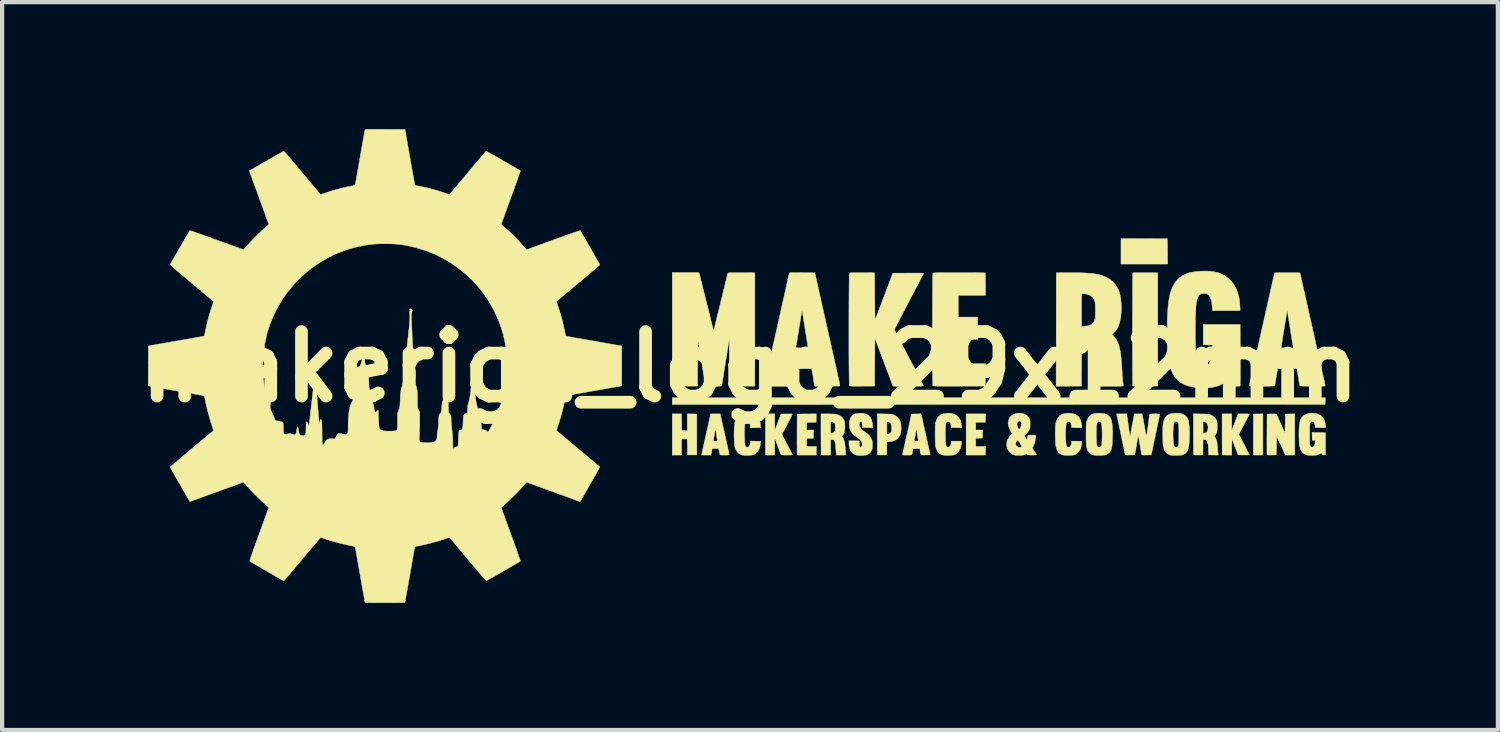
<source format=kicad_pcb>
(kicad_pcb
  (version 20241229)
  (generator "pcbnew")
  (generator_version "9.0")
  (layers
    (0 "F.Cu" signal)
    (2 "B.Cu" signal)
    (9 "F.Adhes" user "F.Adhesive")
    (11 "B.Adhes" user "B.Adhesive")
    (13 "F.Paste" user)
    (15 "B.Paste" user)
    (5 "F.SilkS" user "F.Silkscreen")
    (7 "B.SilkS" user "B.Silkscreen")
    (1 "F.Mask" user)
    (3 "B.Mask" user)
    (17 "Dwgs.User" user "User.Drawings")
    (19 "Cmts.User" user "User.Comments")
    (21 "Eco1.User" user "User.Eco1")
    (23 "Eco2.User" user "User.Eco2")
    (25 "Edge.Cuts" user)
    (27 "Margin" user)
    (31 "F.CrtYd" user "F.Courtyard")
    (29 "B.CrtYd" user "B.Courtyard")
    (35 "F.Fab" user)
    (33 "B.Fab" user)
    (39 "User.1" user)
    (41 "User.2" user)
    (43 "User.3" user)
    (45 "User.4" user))
  (footprint "makeriga_logo_29x12mm"
    (layer "F.Cu")
    (at 14.667 5.617)
    (property "Reference" "makeriga_logo_29x12mm" (at 0 0 0) (layer "F.SilkS") (effects (font (size 1.524 1.524) (thickness 0.3))))
    (attr through_hole)
    (fp_poly (pts (xy 9.311 -3.029) (xy 9.859 -3.027) (xy 9.862 -2.728) (xy 9.864 -2.43) (xy 8.763 -2.43) (xy 8.763 -3.031) (xy 9.311 -3.029)) (stroke (width 0.01) (type solid)) (fill yes) (layer "F.SilkS"))
    (fp_poly (pts (xy 13.587 0.806) (xy 13.585 0.885) (xy 5.874 0.887) (xy -1.837 0.889) (xy -1.837 0.728) (xy 13.59 0.728) (xy 13.587 0.806)) (stroke (width 0.01) (type solid)) (fill yes) (layer "F.SilkS"))
    (fp_poly (pts (xy 5.561 1.209) (xy 5.558 1.308) (xy 5.334 1.308) (xy 5.334 1.49) (xy 5.495 1.49) (xy 5.493 1.585) (xy 5.491 1.681) (xy 5.412 1.683) (xy 5.334 1.686) (xy 5.334 1.88) (xy 5.563 1.88) (xy 5.563 2.083) (xy 5.105 2.083) (xy 5.105 1.109) (xy 5.563 1.109) (xy 5.561 1.209)) (stroke (width 0.01) (type solid)) (fill yes) (layer "F.SilkS"))
    (fp_poly (pts (xy -1.369 1.111) (xy -1.257 1.113) (xy -1.257 2.079) (xy -1.477 2.079) (xy -1.48 1.89) (xy -1.482 1.702) (xy -1.617 1.702) (xy -1.617 2.083) (xy -1.837 2.083) (xy -1.837 1.109) (xy -1.617 1.109) (xy -1.615 1.306) (xy -1.613 1.503) (xy -1.547 1.505) (xy -1.482 1.508) (xy -1.482 1.109) (xy -1.369 1.111)) (stroke (width 0.01) (type solid)) (fill yes) (layer "F.SilkS"))
    (fp_poly (pts (xy 12.116 2.083) (xy 12.006 2.083) (xy 11.961 2.083) (xy 11.93 2.082) (xy 11.911 2.08) (xy 11.9 2.077) (xy 11.894 2.072) (xy 11.892 2.064) (xy 11.891 2.064) (xy 11.891 2.052) (xy 11.89 2.025) (xy 11.889 1.984) (xy 11.889 1.931) (xy 11.889 1.867) (xy 11.889 1.795) (xy 11.889 1.715) (xy 11.889 1.63) (xy 11.889 1.579) (xy 11.891 1.113) (xy 12.004 1.111) (xy 12.116 1.109) (xy 12.116 2.083)) (stroke (width 0.01) (type solid)) (fill yes) (layer "F.SilkS"))
    (fp_poly (pts (xy 1.564 1.208) (xy 1.562 1.308) (xy 1.452 1.309) (xy 1.342 1.311) (xy 1.34 1.4) (xy 1.337 1.49) (xy 1.499 1.49) (xy 1.499 1.685) (xy 1.338 1.685) (xy 1.338 1.88) (xy 1.566 1.88) (xy 1.566 2.083) (xy 1.118 2.083) (xy 1.113 2.064) (xy 1.112 2.052) (xy 1.112 2.025) (xy 1.111 1.984) (xy 1.111 1.931) (xy 1.111 1.867) (xy 1.11 1.795) (xy 1.111 1.715) (xy 1.111 1.63) (xy 1.111 1.579) (xy 1.113 1.113) (xy 1.34 1.111) (xy 1.567 1.109) (xy 1.564 1.208)) (stroke (width 0.01) (type solid)) (fill yes) (layer "F.SilkS"))
    (fp_poly (pts (xy 9.29 -2.225) (xy 9.339 -2.225) (xy 9.631 -2.223) (xy 9.631 0.453) (xy 9.338 0.455) (xy 9.259 0.456) (xy 9.195 0.456) (xy 9.145 0.456) (xy 9.107 0.455) (xy 9.08 0.454) (xy 9.061 0.453) (xy 9.049 0.45) (xy 9.042 0.448) (xy 9.039 0.444) (xy 9.039 0.444) (xy 9.038 0.434) (xy 9.038 0.408) (xy 9.037 0.367) (xy 9.037 0.313) (xy 9.036 0.246) (xy 9.036 0.168) (xy 9.035 0.08) (xy 9.035 -0.018) (xy 9.035 -0.123) (xy 9.034 -0.235) (xy 9.034 -0.353) (xy 9.034 -0.476) (xy 9.034 -0.602) (xy 9.034 -0.731) (xy 9.034 -0.86) (xy 9.034 -0.991) (xy 9.034 -1.12) (xy 9.035 -1.247) (xy 9.035 -1.371) (xy 9.035 -1.491) (xy 9.036 -1.606) (xy 9.036 -1.714) (xy 9.036 -1.815) (xy 9.037 -1.907) (xy 9.037 -1.989) (xy 9.038 -2.06) (xy 9.039 -2.119) (xy 9.039 -2.166) (xy 9.04 -2.197) (xy 9.041 -2.214) (xy 9.041 -2.216) (xy 9.046 -2.219) (xy 9.06 -2.222) (xy 9.082 -2.223) (xy 9.115 -2.224) (xy 9.159 -2.225) (xy 9.217 -2.225) (xy 9.29 -2.225)) (stroke (width 0.01) (type solid)) (fill yes) (layer "F.SilkS"))
    (fp_poly (pts (xy 3.181 1.111) (xy 3.241 1.112) (xy 3.286 1.114) (xy 3.32 1.116) (xy 3.345 1.118) (xy 3.364 1.122) (xy 3.38 1.126) (xy 3.397 1.133) (xy 3.405 1.137) (xy 3.461 1.169) (xy 3.504 1.207) (xy 3.535 1.255) (xy 3.556 1.313) (xy 3.566 1.371) (xy 3.571 1.459) (xy 3.563 1.537) (xy 3.543 1.605) (xy 3.511 1.662) (xy 3.468 1.708) (xy 3.414 1.741) (xy 3.349 1.762) (xy 3.275 1.769) (xy 3.235 1.77) (xy 3.232 1.924) (xy 3.23 2.079) (xy 3.124 2.081) (xy 3.083 2.081) (xy 3.048 2.081) (xy 3.024 2.08) (xy 3.012 2.078) (xy 3.012 2.077) (xy 3.01 2.068) (xy 3.009 2.043) (xy 3.009 2.005) (xy 3.008 1.954) (xy 3.007 1.892) (xy 3.006 1.821) (xy 3.006 1.742) (xy 3.006 1.657) (xy 3.006 1.589) (xy 3.006 1.295) (xy 3.234 1.295) (xy 3.234 1.594) (xy 3.266 1.589) (xy 3.3 1.576) (xy 3.321 1.556) (xy 3.332 1.542) (xy 3.339 1.528) (xy 3.343 1.51) (xy 3.344 1.484) (xy 3.344 1.45) (xy 3.343 1.399) (xy 3.336 1.362) (xy 3.325 1.334) (xy 3.308 1.314) (xy 3.3 1.309) (xy 3.277 1.298) (xy 3.258 1.295) (xy 3.234 1.295) (xy 3.006 1.295) (xy 3.006 1.107) (xy 3.181 1.111)) (stroke (width 0.01) (type solid)) (fill yes) (layer "F.SilkS"))
    (fp_poly (pts (xy 4.833 -2.225) (xy 4.945 -2.225) (xy 5.558 -2.223) (xy 5.561 -1.958) (xy 5.563 -1.693) (xy 4.919 -1.693) (xy 4.919 -1.177) (xy 5.376 -1.177) (xy 5.376 -0.652) (xy 4.919 -0.652) (xy 4.919 -0.076) (xy 5.563 -0.076) (xy 5.558 0.453) (xy 4.944 0.455) (xy 4.821 0.456) (xy 4.714 0.456) (xy 4.621 0.456) (xy 4.543 0.455) (xy 4.479 0.455) (xy 4.427 0.454) (xy 4.386 0.453) (xy 4.356 0.452) (xy 4.335 0.45) (xy 4.323 0.449) (xy 4.32 0.447) (xy 4.318 0.437) (xy 4.317 0.412) (xy 4.316 0.371) (xy 4.314 0.317) (xy 4.313 0.251) (xy 4.312 0.173) (xy 4.311 0.085) (xy 4.311 -0.012) (xy 4.31 -0.117) (xy 4.309 -0.229) (xy 4.309 -0.347) (xy 4.309 -0.47) (xy 4.308 -0.596) (xy 4.308 -0.725) (xy 4.308 -0.855) (xy 4.308 -0.985) (xy 4.309 -1.115) (xy 4.309 -1.242) (xy 4.309 -1.367) (xy 4.31 -1.487) (xy 4.31 -1.602) (xy 4.311 -1.71) (xy 4.312 -1.811) (xy 4.313 -1.904) (xy 4.314 -1.986) (xy 4.315 -2.058) (xy 4.316 -2.118) (xy 4.317 -2.165) (xy 4.319 -2.197) (xy 4.32 -2.215) (xy 4.321 -2.217) (xy 4.329 -2.219) (xy 4.347 -2.221) (xy 4.377 -2.222) (xy 4.418 -2.223) (xy 4.473 -2.224) (xy 4.541 -2.225) (xy 4.623 -2.225) (xy 4.72 -2.225) (xy 4.833 -2.225)) (stroke (width 0.01) (type solid)) (fill yes) (layer "F.SilkS"))
    (fp_poly (pts (xy 12.869 2.083) (xy 12.649 2.083) (xy 12.614 2.009) (xy 12.596 1.97) (xy 12.578 1.93) (xy 12.562 1.897) (xy 12.558 1.888) (xy 12.546 1.862) (xy 12.529 1.825) (xy 12.509 1.783) (xy 12.491 1.745) (xy 12.474 1.708) (xy 12.459 1.676) (xy 12.449 1.652) (xy 12.444 1.64) (xy 12.444 1.64) (xy 12.443 1.645) (xy 12.443 1.665) (xy 12.441 1.698) (xy 12.44 1.742) (xy 12.439 1.795) (xy 12.438 1.854) (xy 12.438 1.854) (xy 12.433 2.079) (xy 12.325 2.081) (xy 12.277 2.082) (xy 12.245 2.081) (xy 12.224 2.079) (xy 12.214 2.075) (xy 12.213 2.072) (xy 12.212 2.062) (xy 12.212 2.037) (xy 12.211 1.997) (xy 12.211 1.945) (xy 12.211 1.883) (xy 12.21 1.812) (xy 12.21 1.732) (xy 12.211 1.647) (xy 12.211 1.587) (xy 12.213 1.113) (xy 12.325 1.111) (xy 12.37 1.111) (xy 12.405 1.111) (xy 12.428 1.113) (xy 12.437 1.116) (xy 12.438 1.117) (xy 12.441 1.127) (xy 12.45 1.149) (xy 12.463 1.179) (xy 12.472 1.199) (xy 12.487 1.234) (xy 12.501 1.264) (xy 12.511 1.285) (xy 12.513 1.291) (xy 12.521 1.309) (xy 12.532 1.334) (xy 12.538 1.346) (xy 12.552 1.378) (xy 12.567 1.413) (xy 12.573 1.427) (xy 12.588 1.46) (xy 12.605 1.498) (xy 12.612 1.514) (xy 12.623 1.54) (xy 12.632 1.56) (xy 12.634 1.569) (xy 12.635 1.563) (xy 12.636 1.543) (xy 12.637 1.51) (xy 12.638 1.466) (xy 12.639 1.413) (xy 12.64 1.354) (xy 12.641 1.346) (xy 12.645 1.113) (xy 12.757 1.111) (xy 12.869 1.109) (xy 12.869 2.083)) (stroke (width 0.01) (type solid)) (fill yes) (layer "F.SilkS"))
    (fp_poly (pts (xy 1.88 1.11) (xy 1.931 1.111) (xy 1.975 1.113) (xy 2.008 1.115) (xy 2.024 1.118) (xy 2.086 1.136) (xy 2.14 1.164) (xy 2.184 1.202) (xy 2.215 1.247) (xy 2.227 1.277) (xy 2.237 1.329) (xy 2.242 1.388) (xy 2.24 1.447) (xy 2.233 1.504) (xy 2.221 1.555) (xy 2.203 1.595) (xy 2.194 1.608) (xy 2.17 1.638) (xy 2.195 1.674) (xy 2.212 1.708) (xy 2.227 1.758) (xy 2.239 1.82) (xy 2.248 1.893) (xy 2.254 1.974) (xy 2.255 1.983) (xy 2.259 2.083) (xy 2.042 2.083) (xy 2.037 2.047) (xy 2.034 2.024) (xy 2.031 1.99) (xy 2.028 1.948) (xy 2.025 1.902) (xy 2.025 1.901) (xy 2.021 1.849) (xy 2.016 1.812) (xy 2.01 1.784) (xy 2.003 1.762) (xy 1.999 1.755) (xy 1.987 1.733) (xy 1.975 1.722) (xy 1.957 1.719) (xy 1.943 1.719) (xy 1.905 1.719) (xy 1.905 2.083) (xy 1.796 2.083) (xy 1.755 2.082) (xy 1.72 2.081) (xy 1.695 2.08) (xy 1.683 2.077) (xy 1.682 2.077) (xy 1.681 2.068) (xy 1.68 2.043) (xy 1.679 2.005) (xy 1.678 1.954) (xy 1.678 1.892) (xy 1.677 1.821) (xy 1.677 1.742) (xy 1.676 1.657) (xy 1.676 1.59) (xy 1.676 1.567) (xy 1.905 1.567) (xy 1.941 1.561) (xy 1.976 1.55) (xy 1.996 1.535) (xy 2.005 1.523) (xy 2.011 1.509) (xy 2.014 1.488) (xy 2.015 1.457) (xy 2.015 1.438) (xy 2.014 1.402) (xy 2.011 1.37) (xy 2.007 1.348) (xy 2.006 1.344) (xy 1.983 1.315) (xy 1.952 1.298) (xy 1.933 1.296) (xy 1.905 1.295) (xy 1.905 1.567) (xy 1.676 1.567) (xy 1.676 1.109) (xy 1.828 1.109) (xy 1.88 1.11)) (stroke (width 0.01) (type solid)) (fill yes) (layer "F.SilkS"))
    (fp_poly (pts (xy -0.023 1.093) (xy 0.027 1.099) (xy 0.056 1.106) (xy 0.117 1.135) (xy 0.168 1.177) (xy 0.207 1.229) (xy 0.233 1.293) (xy 0.246 1.366) (xy 0.247 1.383) (xy 0.25 1.435) (xy 0.129 1.437) (xy 0.008 1.44) (xy 0.008 1.411) (xy 0.005 1.377) (xy -0.005 1.343) (xy -0.019 1.314) (xy -0.035 1.297) (xy -0.04 1.295) (xy -0.07 1.291) (xy -0.097 1.301) (xy -0.11 1.315) (xy -0.117 1.335) (xy -0.123 1.369) (xy -0.127 1.414) (xy -0.13 1.467) (xy -0.132 1.526) (xy -0.132 1.588) (xy -0.132 1.65) (xy -0.13 1.71) (xy -0.126 1.765) (xy -0.122 1.812) (xy -0.116 1.849) (xy -0.11 1.873) (xy -0.106 1.88) (xy -0.084 1.893) (xy -0.057 1.896) (xy -0.033 1.889) (xy -0.023 1.882) (xy -0.011 1.86) (xy -0.000099 1.829) (xy 0.007 1.796) (xy 0.008 1.776) (xy 0.008 1.752) (xy 0.25 1.757) (xy 0.247 1.808) (xy 0.236 1.88) (xy 0.212 1.945) (xy 0.177 2.001) (xy 0.131 2.045) (xy 0.096 2.066) (xy 0.077 2.075) (xy 0.058 2.081) (xy 0.035 2.085) (xy 0.004 2.087) (xy -0.039 2.088) (xy -0.051 2.089) (xy -0.095 2.089) (xy -0.135 2.088) (xy -0.168 2.085) (xy -0.188 2.083) (xy -0.243 2.06) (xy -0.289 2.024) (xy -0.327 1.973) (xy -0.347 1.931) (xy -0.357 1.895) (xy -0.365 1.845) (xy -0.371 1.784) (xy -0.375 1.715) (xy -0.377 1.642) (xy -0.377 1.566) (xy -0.375 1.492) (xy -0.371 1.422) (xy -0.364 1.36) (xy -0.356 1.307) (xy -0.347 1.27) (xy -0.322 1.213) (xy -0.29 1.169) (xy -0.25 1.137) (xy -0.197 1.113) (xy -0.176 1.106) (xy -0.131 1.097) (xy -0.077 1.093) (xy -0.023 1.093)) (stroke (width 0.01) (type solid)) (fill yes) (layer "F.SilkS"))
    (fp_poly (pts (xy 0.584 1.302) (xy 0.585 1.367) (xy 0.586 1.418) (xy 0.587 1.455) (xy 0.59 1.476) (xy 0.592 1.481) (xy 0.593 1.481) (xy 0.599 1.468) (xy 0.609 1.442) (xy 0.621 1.409) (xy 0.631 1.384) (xy 0.644 1.347) (xy 0.655 1.316) (xy 0.663 1.295) (xy 0.666 1.287) (xy 0.671 1.274) (xy 0.681 1.249) (xy 0.693 1.217) (xy 0.702 1.194) (xy 0.732 1.113) (xy 0.866 1.111) (xy 0.911 1.111) (xy 0.95 1.111) (xy 0.979 1.111) (xy 0.996 1.113) (xy 0.999 1.114) (xy 0.995 1.123) (xy 0.985 1.145) (xy 0.969 1.177) (xy 0.949 1.217) (xy 0.926 1.263) (xy 0.901 1.312) (xy 0.876 1.361) (xy 0.851 1.41) (xy 0.828 1.454) (xy 0.808 1.492) (xy 0.792 1.522) (xy 0.781 1.54) (xy 0.778 1.545) (xy 0.763 1.571) (xy 0.761 1.598) (xy 0.771 1.63) (xy 0.778 1.644) (xy 0.791 1.668) (xy 0.809 1.703) (xy 0.831 1.745) (xy 0.854 1.789) (xy 0.859 1.799) (xy 0.884 1.847) (xy 0.911 1.898) (xy 0.936 1.945) (xy 0.956 1.984) (xy 0.958 1.987) (xy 0.975 2.02) (xy 0.989 2.048) (xy 0.997 2.067) (xy 0.999 2.074) (xy 0.991 2.078) (xy 0.965 2.081) (xy 0.923 2.082) (xy 0.869 2.083) (xy 0.819 2.083) (xy 0.782 2.082) (xy 0.757 2.08) (xy 0.74 2.074) (xy 0.729 2.064) (xy 0.721 2.048) (xy 0.713 2.025) (xy 0.708 2.011) (xy 0.695 1.972) (xy 0.679 1.93) (xy 0.663 1.887) (xy 0.648 1.849) (xy 0.636 1.819) (xy 0.63 1.806) (xy 0.622 1.786) (xy 0.618 1.772) (xy 0.618 1.771) (xy 0.615 1.759) (xy 0.607 1.738) (xy 0.601 1.726) (xy 0.585 1.689) (xy 0.584 1.886) (xy 0.584 2.083) (xy 0.364 2.083) (xy 0.364 1.109) (xy 0.584 1.109) (xy 0.584 1.302)) (stroke (width 0.01) (type solid)) (fill yes) (layer "F.SilkS"))
    (fp_poly (pts (xy 4.766 1.099) (xy 4.832 1.12) (xy 4.888 1.153) (xy 4.933 1.198) (xy 4.966 1.256) (xy 4.986 1.325) (xy 4.993 1.373) (xy 4.998 1.44) (xy 4.754 1.435) (xy 4.75 1.388) (xy 4.741 1.343) (xy 4.725 1.311) (xy 4.703 1.294) (xy 4.676 1.291) (xy 4.662 1.295) (xy 4.649 1.303) (xy 4.638 1.316) (xy 4.63 1.336) (xy 4.623 1.364) (xy 4.619 1.403) (xy 4.616 1.454) (xy 4.615 1.519) (xy 4.614 1.596) (xy 4.615 1.676) (xy 4.616 1.74) (xy 4.619 1.791) (xy 4.624 1.829) (xy 4.63 1.857) (xy 4.638 1.876) (xy 4.649 1.888) (xy 4.661 1.893) (xy 4.695 1.895) (xy 4.721 1.882) (xy 4.739 1.855) (xy 4.749 1.815) (xy 4.75 1.791) (xy 4.75 1.753) (xy 4.998 1.753) (xy 4.993 1.814) (xy 4.981 1.887) (xy 4.956 1.951) (xy 4.921 2.005) (xy 4.876 2.048) (xy 4.846 2.066) (xy 4.827 2.075) (xy 4.809 2.081) (xy 4.786 2.085) (xy 4.757 2.087) (xy 4.716 2.088) (xy 4.695 2.089) (xy 4.651 2.089) (xy 4.611 2.088) (xy 4.579 2.086) (xy 4.56 2.084) (xy 4.559 2.084) (xy 4.506 2.063) (xy 4.46 2.03) (xy 4.424 1.988) (xy 4.416 1.974) (xy 4.408 1.954) (xy 4.397 1.924) (xy 4.389 1.901) (xy 4.384 1.884) (xy 4.381 1.866) (xy 4.378 1.845) (xy 4.376 1.818) (xy 4.375 1.782) (xy 4.374 1.737) (xy 4.373 1.679) (xy 4.373 1.607) (xy 4.373 1.6) (xy 4.373 1.527) (xy 4.374 1.468) (xy 4.374 1.421) (xy 4.376 1.385) (xy 4.378 1.358) (xy 4.38 1.336) (xy 4.384 1.318) (xy 4.389 1.301) (xy 4.389 1.3) (xy 4.404 1.256) (xy 4.419 1.223) (xy 4.437 1.195) (xy 4.455 1.172) (xy 4.498 1.136) (xy 4.554 1.11) (xy 4.623 1.096) (xy 4.689 1.092) (xy 4.766 1.099)) (stroke (width 0.01) (type solid)) (fill yes) (layer "F.SilkS"))
    (fp_poly (pts (xy 10.653 1.111) (xy 10.714 1.112) (xy 10.761 1.114) (xy 10.796 1.116) (xy 10.823 1.118) (xy 10.844 1.122) (xy 10.862 1.127) (xy 10.88 1.133) (xy 10.882 1.134) (xy 10.94 1.165) (xy 10.986 1.206) (xy 11.016 1.255) (xy 11.024 1.276) (xy 11.03 1.296) (xy 11.033 1.319) (xy 11.035 1.35) (xy 11.036 1.393) (xy 11.036 1.41) (xy 11.036 1.457) (xy 11.034 1.491) (xy 11.031 1.517) (xy 11.026 1.538) (xy 11.019 1.558) (xy 11.016 1.564) (xy 11.002 1.591) (xy 10.988 1.613) (xy 10.981 1.622) (xy 10.971 1.632) (xy 10.971 1.641) (xy 10.98 1.656) (xy 10.985 1.663) (xy 11.003 1.692) (xy 11.017 1.725) (xy 11.028 1.766) (xy 11.035 1.817) (xy 11.041 1.873) (xy 11.044 1.921) (xy 11.048 1.966) (xy 11.052 2.006) (xy 11.054 2.034) (xy 11.054 2.034) (xy 11.06 2.083) (xy 10.833 2.079) (xy 10.827 1.947) (xy 10.825 1.894) (xy 10.822 1.855) (xy 10.818 1.826) (xy 10.813 1.803) (xy 10.807 1.782) (xy 10.8 1.767) (xy 10.779 1.719) (xy 10.702 1.719) (xy 10.7 1.899) (xy 10.698 2.079) (xy 10.591 2.081) (xy 10.55 2.081) (xy 10.516 2.081) (xy 10.491 2.08) (xy 10.479 2.078) (xy 10.479 2.077) (xy 10.478 2.068) (xy 10.477 2.043) (xy 10.476 2.005) (xy 10.475 1.954) (xy 10.475 1.892) (xy 10.474 1.821) (xy 10.474 1.742) (xy 10.473 1.657) (xy 10.473 1.589) (xy 10.473 1.295) (xy 10.702 1.295) (xy 10.702 1.567) (xy 10.734 1.562) (xy 10.76 1.555) (xy 10.782 1.546) (xy 10.783 1.545) (xy 10.797 1.528) (xy 10.809 1.501) (xy 10.817 1.467) (xy 10.82 1.433) (xy 10.818 1.41) (xy 10.812 1.381) (xy 10.808 1.366) (xy 10.791 1.328) (xy 10.766 1.304) (xy 10.733 1.296) (xy 10.728 1.295) (xy 10.702 1.295) (xy 10.473 1.295) (xy 10.473 1.107) (xy 10.653 1.111)) (stroke (width 0.01) (type solid)) (fill yes) (layer "F.SilkS"))
    (fp_poly (pts (xy 2.688 1.099) (xy 2.751 1.119) (xy 2.803 1.151) (xy 2.843 1.196) (xy 2.872 1.253) (xy 2.889 1.323) (xy 2.894 1.365) (xy 2.898 1.44) (xy 2.776 1.437) (xy 2.654 1.435) (xy 2.65 1.372) (xy 2.647 1.339) (xy 2.643 1.313) (xy 2.639 1.298) (xy 2.639 1.298) (xy 2.626 1.287) (xy 2.611 1.29) (xy 2.597 1.305) (xy 2.587 1.328) (xy 2.582 1.357) (xy 2.582 1.361) (xy 2.586 1.397) (xy 2.599 1.43) (xy 2.623 1.463) (xy 2.659 1.497) (xy 2.708 1.534) (xy 2.726 1.546) (xy 2.778 1.586) (xy 2.823 1.632) (xy 2.858 1.68) (xy 2.868 1.7) (xy 2.878 1.723) (xy 2.885 1.745) (xy 2.888 1.769) (xy 2.89 1.8) (xy 2.89 1.841) (xy 2.889 1.889) (xy 2.886 1.923) (xy 2.88 1.95) (xy 2.872 1.973) (xy 2.872 1.973) (xy 2.845 2.016) (xy 2.808 2.051) (xy 2.764 2.076) (xy 2.742 2.082) (xy 2.714 2.086) (xy 2.676 2.089) (xy 2.633 2.09) (xy 2.589 2.09) (xy 2.549 2.089) (xy 2.519 2.086) (xy 2.506 2.083) (xy 2.453 2.059) (xy 2.408 2.021) (xy 2.374 1.971) (xy 2.35 1.91) (xy 2.338 1.841) (xy 2.337 1.805) (xy 2.337 1.744) (xy 2.578 1.748) (xy 2.582 1.812) (xy 2.586 1.851) (xy 2.591 1.877) (xy 2.598 1.891) (xy 2.609 1.896) (xy 2.615 1.897) (xy 2.632 1.889) (xy 2.643 1.869) (xy 2.648 1.841) (xy 2.647 1.807) (xy 2.637 1.773) (xy 2.634 1.764) (xy 2.625 1.748) (xy 2.614 1.733) (xy 2.597 1.715) (xy 2.573 1.695) (xy 2.54 1.669) (xy 2.495 1.636) (xy 2.478 1.623) (xy 2.423 1.576) (xy 2.383 1.524) (xy 2.358 1.466) (xy 2.347 1.398) (xy 2.345 1.361) (xy 2.35 1.286) (xy 2.366 1.224) (xy 2.392 1.175) (xy 2.431 1.137) (xy 2.481 1.111) (xy 2.544 1.097) (xy 2.615 1.092) (xy 2.688 1.099)) (stroke (width 0.01) (type solid)) (fill yes) (layer "F.SilkS"))
    (fp_poly (pts (xy 11.38 1.503) (xy 11.409 1.422) (xy 11.423 1.386) (xy 11.435 1.355) (xy 11.444 1.332) (xy 11.447 1.325) (xy 11.454 1.309) (xy 11.464 1.283) (xy 11.476 1.25) (xy 11.48 1.24) (xy 11.493 1.204) (xy 11.506 1.17) (xy 11.517 1.145) (xy 11.518 1.141) (xy 11.532 1.109) (xy 11.663 1.109) (xy 11.715 1.109) (xy 11.752 1.11) (xy 11.776 1.112) (xy 11.79 1.115) (xy 11.794 1.12) (xy 11.794 1.12) (xy 11.789 1.136) (xy 11.787 1.139) (xy 11.781 1.149) (xy 11.768 1.171) (xy 11.751 1.203) (xy 11.73 1.242) (xy 11.714 1.274) (xy 11.687 1.326) (xy 11.657 1.382) (xy 11.629 1.437) (xy 11.605 1.484) (xy 11.597 1.497) (xy 11.547 1.594) (xy 11.587 1.671) (xy 11.614 1.723) (xy 11.644 1.781) (xy 11.675 1.84) (xy 11.705 1.899) (xy 11.733 1.951) (xy 11.756 1.995) (xy 11.766 2.013) (xy 11.78 2.041) (xy 11.79 2.063) (xy 11.794 2.074) (xy 11.794 2.075) (xy 11.786 2.078) (xy 11.762 2.08) (xy 11.723 2.081) (xy 11.67 2.081) (xy 11.662 2.081) (xy 11.53 2.079) (xy 11.508 2.024) (xy 11.497 1.993) (xy 11.486 1.967) (xy 11.48 1.952) (xy 11.47 1.927) (xy 11.456 1.891) (xy 11.44 1.849) (xy 11.425 1.807) (xy 11.41 1.768) (xy 11.4 1.738) (xy 11.398 1.731) (xy 11.393 1.718) (xy 11.39 1.711) (xy 11.387 1.71) (xy 11.385 1.717) (xy 11.384 1.735) (xy 11.383 1.764) (xy 11.382 1.806) (xy 11.381 1.863) (xy 11.381 1.886) (xy 11.379 2.083) (xy 11.27 2.083) (xy 11.229 2.082) (xy 11.194 2.081) (xy 11.169 2.08) (xy 11.157 2.077) (xy 11.156 2.077) (xy 11.155 2.068) (xy 11.154 2.043) (xy 11.153 2.005) (xy 11.153 1.954) (xy 11.152 1.892) (xy 11.151 1.821) (xy 11.151 1.742) (xy 11.151 1.657) (xy 11.151 1.59) (xy 11.151 1.109) (xy 11.379 1.109) (xy 11.38 1.503)) (stroke (width 0.01) (type solid)) (fill yes) (layer "F.SilkS"))
    (fp_poly (pts (xy 7.606 1.099) (xy 7.673 1.117) (xy 7.728 1.148) (xy 7.772 1.191) (xy 7.804 1.247) (xy 7.825 1.316) (xy 7.831 1.354) (xy 7.835 1.388) (xy 7.836 1.415) (xy 7.834 1.431) (xy 7.833 1.433) (xy 7.822 1.435) (xy 7.798 1.437) (xy 7.764 1.438) (xy 7.723 1.438) (xy 7.712 1.437) (xy 7.599 1.435) (xy 7.589 1.377) (xy 7.581 1.337) (xy 7.569 1.311) (xy 7.552 1.297) (xy 7.529 1.293) (xy 7.527 1.293) (xy 7.508 1.294) (xy 7.493 1.301) (xy 7.482 1.315) (xy 7.473 1.338) (xy 7.466 1.37) (xy 7.461 1.416) (xy 7.457 1.475) (xy 7.454 1.518) (xy 7.453 1.574) (xy 7.453 1.632) (xy 7.455 1.691) (xy 7.459 1.746) (xy 7.463 1.796) (xy 7.469 1.837) (xy 7.476 1.866) (xy 7.48 1.877) (xy 7.498 1.893) (xy 7.521 1.896) (xy 7.547 1.893) (xy 7.565 1.881) (xy 7.578 1.859) (xy 7.586 1.823) (xy 7.588 1.813) (xy 7.597 1.753) (xy 7.714 1.753) (xy 7.756 1.753) (xy 7.793 1.755) (xy 7.82 1.757) (xy 7.834 1.759) (xy 7.835 1.76) (xy 7.838 1.775) (xy 7.836 1.801) (xy 7.831 1.835) (xy 7.824 1.871) (xy 7.816 1.906) (xy 7.807 1.935) (xy 7.803 1.943) (xy 7.772 1.993) (xy 7.73 2.037) (xy 7.684 2.068) (xy 7.666 2.076) (xy 7.647 2.081) (xy 7.621 2.085) (xy 7.586 2.087) (xy 7.54 2.088) (xy 7.495 2.089) (xy 7.454 2.088) (xy 7.42 2.086) (xy 7.399 2.083) (xy 7.398 2.083) (xy 7.364 2.07) (xy 7.328 2.05) (xy 7.298 2.028) (xy 7.289 2.018) (xy 7.267 1.988) (xy 7.249 1.954) (xy 7.235 1.915) (xy 7.225 1.868) (xy 7.217 1.812) (xy 7.213 1.744) (xy 7.21 1.663) (xy 7.21 1.6) (xy 7.21 1.515) (xy 7.212 1.445) (xy 7.216 1.387) (xy 7.222 1.339) (xy 7.231 1.298) (xy 7.243 1.262) (xy 7.258 1.229) (xy 7.277 1.196) (xy 7.28 1.192) (xy 7.315 1.153) (xy 7.363 1.123) (xy 7.423 1.103) (xy 7.494 1.093) (xy 7.528 1.092) (xy 7.606 1.099)) (stroke (width 0.01) (type solid)) (fill yes) (layer "F.SilkS"))
    (fp_poly (pts (xy 4.05 1.153) (xy 4.059 1.189) (xy 4.068 1.227) (xy 4.071 1.24) (xy 4.077 1.268) (xy 4.085 1.306) (xy 4.094 1.347) (xy 4.098 1.363) (xy 4.108 1.409) (xy 4.12 1.46) (xy 4.13 1.506) (xy 4.132 1.516) (xy 4.142 1.561) (xy 4.154 1.613) (xy 4.164 1.658) (xy 4.164 1.659) (xy 4.172 1.695) (xy 4.182 1.742) (xy 4.194 1.794) (xy 4.205 1.846) (xy 4.207 1.854) (xy 4.217 1.9) (xy 4.227 1.943) (xy 4.235 1.978) (xy 4.241 2.002) (xy 4.242 2.007) (xy 4.249 2.033) (xy 4.252 2.057) (xy 4.253 2.057) (xy 4.255 2.079) (xy 4.146 2.081) (xy 4.1 2.082) (xy 4.067 2.081) (xy 4.046 2.077) (xy 4.033 2.066) (xy 4.026 2.048) (xy 4.021 2.02) (xy 4.018 1.987) (xy 4.012 1.93) (xy 3.93 1.932) (xy 3.848 1.935) (xy 3.842 1.987) (xy 3.837 2.025) (xy 3.832 2.052) (xy 3.823 2.068) (xy 3.808 2.078) (xy 3.784 2.082) (xy 3.748 2.083) (xy 3.713 2.083) (xy 3.607 2.083) (xy 3.607 2.06) (xy 3.609 2.036) (xy 3.615 2.007) (xy 3.616 2.002) (xy 3.622 1.978) (xy 3.63 1.943) (xy 3.639 1.905) (xy 3.641 1.897) (xy 3.65 1.853) (xy 3.661 1.803) (xy 3.672 1.755) (xy 3.673 1.753) (xy 3.878 1.753) (xy 3.923 1.753) (xy 3.949 1.752) (xy 3.967 1.75) (xy 3.972 1.748) (xy 3.973 1.739) (xy 3.971 1.717) (xy 3.967 1.687) (xy 3.966 1.679) (xy 3.959 1.636) (xy 3.951 1.59) (xy 3.945 1.554) (xy 3.938 1.512) (xy 3.932 1.487) (xy 3.927 1.479) (xy 3.922 1.487) (xy 3.917 1.512) (xy 3.913 1.546) (xy 3.907 1.585) (xy 3.902 1.62) (xy 3.897 1.646) (xy 3.895 1.655) (xy 3.889 1.681) (xy 3.883 1.711) (xy 3.883 1.717) (xy 3.878 1.753) (xy 3.673 1.753) (xy 3.675 1.744) (xy 3.684 1.702) (xy 3.694 1.659) (xy 3.702 1.623) (xy 3.704 1.613) (xy 3.711 1.581) (xy 3.72 1.54) (xy 3.73 1.496) (xy 3.734 1.482) (xy 3.763 1.351) (xy 3.788 1.237) (xy 3.799 1.185) (xy 3.814 1.113) (xy 3.926 1.111) (xy 4.037 1.109) (xy 4.05 1.153)) (stroke (width 0.01) (type solid)) (fill yes) (layer "F.SilkS"))
    (fp_poly (pts (xy 8.326 1.096) (xy 8.39 1.11) (xy 8.441 1.133) (xy 8.483 1.167) (xy 8.515 1.212) (xy 8.534 1.253) (xy 8.544 1.287) (xy 8.551 1.335) (xy 8.557 1.395) (xy 8.561 1.462) (xy 8.564 1.535) (xy 8.564 1.61) (xy 8.563 1.685) (xy 8.56 1.756) (xy 8.555 1.822) (xy 8.549 1.878) (xy 8.54 1.922) (xy 8.534 1.942) (xy 8.509 1.994) (xy 8.475 2.034) (xy 8.43 2.064) (xy 8.427 2.066) (xy 8.409 2.074) (xy 8.392 2.08) (xy 8.371 2.084) (xy 8.343 2.086) (xy 8.305 2.088) (xy 8.263 2.089) (xy 8.207 2.089) (xy 8.164 2.088) (xy 8.131 2.085) (xy 8.106 2.08) (xy 8.1 2.078) (xy 8.063 2.06) (xy 8.026 2.032) (xy 7.995 1.998) (xy 7.973 1.964) (xy 7.968 1.951) (xy 7.958 1.919) (xy 7.949 1.887) (xy 7.948 1.884) (xy 7.944 1.864) (xy 7.942 1.831) (xy 7.94 1.783) (xy 7.938 1.72) (xy 7.938 1.64) (xy 7.938 1.596) (xy 8.179 1.596) (xy 8.18 1.682) (xy 8.183 1.753) (xy 8.188 1.808) (xy 8.194 1.848) (xy 8.203 1.875) (xy 8.214 1.889) (xy 8.214 1.889) (xy 8.239 1.896) (xy 8.267 1.894) (xy 8.29 1.883) (xy 8.293 1.879) (xy 8.3 1.87) (xy 8.304 1.857) (xy 8.308 1.836) (xy 8.311 1.806) (xy 8.313 1.763) (xy 8.315 1.729) (xy 8.317 1.664) (xy 8.317 1.597) (xy 8.317 1.533) (xy 8.315 1.472) (xy 8.312 1.417) (xy 8.308 1.372) (xy 8.304 1.337) (xy 8.298 1.317) (xy 8.297 1.315) (xy 8.278 1.297) (xy 8.253 1.29) (xy 8.228 1.294) (xy 8.208 1.309) (xy 8.199 1.327) (xy 8.193 1.352) (xy 8.187 1.38) (xy 8.186 1.38) (xy 8.184 1.397) (xy 8.182 1.428) (xy 8.181 1.47) (xy 8.18 1.521) (xy 8.179 1.576) (xy 8.179 1.596) (xy 7.938 1.596) (xy 7.938 1.523) (xy 7.938 1.464) (xy 7.939 1.418) (xy 7.94 1.382) (xy 7.942 1.354) (xy 7.944 1.331) (xy 7.948 1.312) (xy 7.952 1.294) (xy 7.956 1.28) (xy 7.98 1.219) (xy 8.012 1.172) (xy 8.053 1.136) (xy 8.104 1.111) (xy 8.168 1.097) (xy 8.245 1.092) (xy 8.249 1.092) (xy 8.326 1.096)) (stroke (width 0.01) (type solid)) (fill yes) (layer "F.SilkS"))
    (fp_poly (pts (xy 10.139 1.096) (xy 10.198 1.108) (xy 10.247 1.126) (xy 10.266 1.138) (xy 10.295 1.162) (xy 10.319 1.191) (xy 10.339 1.226) (xy 10.354 1.269) (xy 10.365 1.321) (xy 10.373 1.385) (xy 10.378 1.462) (xy 10.38 1.553) (xy 10.38 1.593) (xy 10.379 1.692) (xy 10.375 1.776) (xy 10.369 1.846) (xy 10.359 1.904) (xy 10.345 1.951) (xy 10.327 1.99) (xy 10.303 2.021) (xy 10.275 2.047) (xy 10.241 2.068) (xy 10.24 2.068) (xy 10.225 2.076) (xy 10.207 2.081) (xy 10.185 2.084) (xy 10.153 2.086) (xy 10.11 2.088) (xy 10.084 2.088) (xy 10.037 2.089) (xy 9.994 2.088) (xy 9.958 2.086) (xy 9.934 2.083) (xy 9.929 2.083) (xy 9.883 2.064) (xy 9.84 2.034) (xy 9.808 1.999) (xy 9.795 1.974) (xy 9.781 1.94) (xy 9.77 1.903) (xy 9.769 1.899) (xy 9.763 1.878) (xy 9.759 1.856) (xy 9.756 1.832) (xy 9.754 1.803) (xy 9.752 1.767) (xy 9.751 1.721) (xy 9.751 1.662) (xy 9.75 1.604) (xy 9.75 1.567) (xy 9.992 1.567) (xy 9.993 1.632) (xy 9.994 1.695) (xy 9.998 1.753) (xy 10.003 1.804) (xy 10.01 1.845) (xy 10.018 1.872) (xy 10.021 1.878) (xy 10.033 1.891) (xy 10.05 1.895) (xy 10.069 1.895) (xy 10.094 1.891) (xy 10.109 1.881) (xy 10.118 1.867) (xy 10.121 1.857) (xy 10.124 1.842) (xy 10.127 1.82) (xy 10.128 1.789) (xy 10.129 1.749) (xy 10.13 1.695) (xy 10.13 1.628) (xy 10.13 1.596) (xy 10.13 1.513) (xy 10.129 1.447) (xy 10.127 1.395) (xy 10.125 1.358) (xy 10.122 1.335) (xy 10.12 1.327) (xy 10.103 1.305) (xy 10.079 1.292) (xy 10.053 1.291) (xy 10.031 1.301) (xy 10.017 1.319) (xy 10.008 1.35) (xy 10.002 1.392) (xy 9.997 1.445) (xy 9.994 1.504) (xy 9.992 1.567) (xy 9.75 1.567) (xy 9.75 1.532) (xy 9.751 1.475) (xy 9.752 1.429) (xy 9.754 1.392) (xy 9.756 1.363) (xy 9.76 1.337) (xy 9.764 1.314) (xy 9.766 1.308) (xy 9.786 1.24) (xy 9.813 1.188) (xy 9.847 1.15) (xy 9.851 1.146) (xy 9.895 1.122) (xy 9.949 1.105) (xy 10.01 1.095) (xy 10.075 1.092) (xy 10.139 1.096)) (stroke (width 0.01) (type solid)) (fill yes) (layer "F.SilkS"))
    (fp_poly (pts (xy 13.363 1.099) (xy 13.429 1.118) (xy 13.484 1.149) (xy 13.528 1.192) (xy 13.557 1.242) (xy 13.569 1.273) (xy 13.579 1.311) (xy 13.588 1.35) (xy 13.594 1.385) (xy 13.596 1.413) (xy 13.594 1.427) (xy 13.59 1.432) (xy 13.579 1.436) (xy 13.56 1.438) (xy 13.529 1.438) (xy 13.485 1.438) (xy 13.473 1.437) (xy 13.356 1.435) (xy 13.35 1.403) (xy 13.343 1.372) (xy 13.337 1.34) (xy 13.337 1.34) (xy 13.325 1.311) (xy 13.304 1.294) (xy 13.279 1.29) (xy 13.254 1.3) (xy 13.235 1.319) (xy 13.231 1.327) (xy 13.228 1.338) (xy 13.225 1.353) (xy 13.223 1.375) (xy 13.222 1.406) (xy 13.221 1.447) (xy 13.221 1.501) (xy 13.221 1.569) (xy 13.221 1.596) (xy 13.221 1.669) (xy 13.221 1.727) (xy 13.222 1.772) (xy 13.223 1.806) (xy 13.224 1.831) (xy 13.227 1.849) (xy 13.23 1.861) (xy 13.233 1.87) (xy 13.236 1.874) (xy 13.25 1.89) (xy 13.267 1.895) (xy 13.282 1.895) (xy 13.309 1.887) (xy 13.328 1.869) (xy 13.34 1.838) (xy 13.348 1.793) (xy 13.353 1.737) (xy 13.317 1.734) (xy 13.28 1.731) (xy 13.278 1.64) (xy 13.275 1.549) (xy 13.434 1.551) (xy 13.593 1.554) (xy 13.593 2.079) (xy 13.555 2.079) (xy 13.531 2.078) (xy 13.518 2.072) (xy 13.511 2.059) (xy 13.508 2.05) (xy 13.5 2.032) (xy 13.493 2.03) (xy 13.492 2.031) (xy 13.482 2.04) (xy 13.461 2.053) (xy 13.442 2.064) (xy 13.422 2.073) (xy 13.404 2.08) (xy 13.382 2.084) (xy 13.353 2.087) (xy 13.314 2.088) (xy 13.293 2.088) (xy 13.249 2.089) (xy 13.208 2.087) (xy 13.175 2.085) (xy 13.155 2.083) (xy 13.12 2.07) (xy 13.084 2.049) (xy 13.054 2.026) (xy 13.046 2.018) (xy 13.023 1.987) (xy 13.005 1.95) (xy 12.991 1.905) (xy 12.98 1.85) (xy 12.973 1.784) (xy 12.968 1.705) (xy 12.967 1.611) (xy 12.967 1.6) (xy 12.968 1.506) (xy 12.972 1.427) (xy 12.978 1.36) (xy 12.988 1.305) (xy 13.001 1.259) (xy 13.018 1.221) (xy 13.02 1.216) (xy 13.055 1.169) (xy 13.103 1.133) (xy 13.162 1.108) (xy 13.234 1.095) (xy 13.287 1.092) (xy 13.363 1.099)) (stroke (width 0.01) (type solid)) (fill yes) (layer "F.SilkS"))
    (fp_poly (pts (xy -0.695 1.154) (xy -0.688 1.184) (xy -0.679 1.223) (xy -0.671 1.263) (xy -0.669 1.27) (xy -0.659 1.313) (xy -0.648 1.364) (xy -0.637 1.412) (xy -0.635 1.422) (xy -0.625 1.465) (xy -0.616 1.507) (xy -0.607 1.544) (xy -0.605 1.554) (xy -0.598 1.586) (xy -0.589 1.627) (xy -0.579 1.67) (xy -0.576 1.685) (xy -0.56 1.755) (xy -0.545 1.823) (xy -0.531 1.887) (xy -0.518 1.945) (xy -0.508 1.995) (xy -0.499 2.035) (xy -0.494 2.062) (xy -0.491 2.076) (xy -0.491 2.076) (xy -0.499 2.079) (xy -0.521 2.081) (xy -0.553 2.082) (xy -0.593 2.083) (xy -0.601 2.083) (xy -0.646 2.083) (xy -0.677 2.082) (xy -0.696 2.08) (xy -0.707 2.077) (xy -0.712 2.072) (xy -0.715 2.064) (xy -0.715 2.064) (xy -0.718 2.046) (xy -0.724 2.017) (xy -0.729 1.988) (xy -0.74 1.93) (xy -0.819 1.93) (xy -0.856 1.931) (xy -0.879 1.932) (xy -0.891 1.935) (xy -0.897 1.94) (xy -0.897 1.947) (xy -0.899 1.966) (xy -0.904 1.992) (xy -0.906 2) (xy -0.912 2.029) (xy -0.918 2.055) (xy -0.919 2.06) (xy -0.923 2.083) (xy -1.144 2.083) (xy -1.138 2.051) (xy -1.136 2.038) (xy -1.132 2.02) (xy -1.127 1.996) (xy -1.12 1.963) (xy -1.11 1.92) (xy -1.098 1.865) (xy -1.083 1.797) (xy -1.073 1.753) (xy -0.865 1.753) (xy -0.818 1.753) (xy -0.792 1.752) (xy -0.775 1.749) (xy -0.771 1.746) (xy -0.772 1.736) (xy -0.775 1.712) (xy -0.78 1.68) (xy -0.784 1.659) (xy -0.791 1.614) (xy -0.799 1.564) (xy -0.806 1.52) (xy -0.808 1.511) (xy -0.818 1.444) (xy -0.825 1.494) (xy -0.83 1.531) (xy -0.837 1.573) (xy -0.842 1.604) (xy -0.849 1.643) (xy -0.856 1.682) (xy -0.86 1.708) (xy -0.865 1.753) (xy -1.073 1.753) (xy -1.065 1.719) (xy -1.056 1.676) (xy -1.046 1.63) (xy -1.038 1.591) (xy -1.037 1.587) (xy -1.03 1.553) (xy -1.022 1.52) (xy -1.017 1.499) (xy -1.012 1.479) (xy -1.004 1.447) (xy -0.995 1.407) (xy -0.986 1.364) (xy -0.986 1.363) (xy -0.977 1.32) (xy -0.968 1.282) (xy -0.961 1.251) (xy -0.957 1.232) (xy -0.957 1.232) (xy -0.951 1.209) (xy -0.944 1.178) (xy -0.94 1.158) (xy -0.93 1.109) (xy -0.705 1.109) (xy -0.695 1.154)) (stroke (width 0.01) (type solid)) (fill yes) (layer "F.SilkS"))
    (fp_poly (pts (xy 7.769 -2.224) (xy 7.883 -2.22) (xy 7.984 -2.215) (xy 8.073 -2.207) (xy 8.152 -2.197) (xy 8.221 -2.184) (xy 8.283 -2.169) (xy 8.312 -2.16) (xy 8.413 -2.119) (xy 8.501 -2.068) (xy 8.577 -2.005) (xy 8.639 -1.931) (xy 8.689 -1.847) (xy 8.717 -1.78) (xy 8.74 -1.702) (xy 8.756 -1.612) (xy 8.766 -1.514) (xy 8.771 -1.411) (xy 8.769 -1.306) (xy 8.76 -1.204) (xy 8.754 -1.165) (xy 8.735 -1.066) (xy 8.709 -0.981) (xy 8.676 -0.91) (xy 8.636 -0.85) (xy 8.586 -0.8) (xy 8.574 -0.79) (xy 8.55 -0.771) (xy 8.595 -0.72) (xy 8.65 -0.647) (xy 8.693 -0.562) (xy 8.718 -0.49) (xy 8.73 -0.441) (xy 8.742 -0.379) (xy 8.754 -0.311) (xy 8.763 -0.24) (xy 8.771 -0.173) (xy 8.775 -0.112) (xy 8.779 -0.051) (xy 8.783 0.015) (xy 8.787 0.083) (xy 8.792 0.151) (xy 8.796 0.217) (xy 8.801 0.276) (xy 8.805 0.328) (xy 8.809 0.369) (xy 8.812 0.398) (xy 8.814 0.406) (xy 8.817 0.43) (xy 8.818 0.447) (xy 8.817 0.451) (xy 8.808 0.452) (xy 8.784 0.454) (xy 8.747 0.455) (xy 8.698 0.456) (xy 8.641 0.457) (xy 8.577 0.457) (xy 8.521 0.457) (xy 8.229 0.457) (xy 8.222 0.438) (xy 8.216 0.417) (xy 8.211 0.381) (xy 8.206 0.334) (xy 8.202 0.279) (xy 8.199 0.218) (xy 8.197 0.155) (xy 8.196 0.092) (xy 8.196 0.084) (xy 8.194 -0.037) (xy 8.187 -0.143) (xy 8.176 -0.235) (xy 8.16 -0.316) (xy 8.139 -0.386) (xy 8.112 -0.447) (xy 8.08 -0.501) (xy 8.067 -0.519) (xy 8.042 -0.55) (xy 7.832 -0.55) (xy 7.83 -0.049) (xy 7.827 0.453) (xy 7.529 0.455) (xy 7.23 0.457) (xy 7.233 -0.883) (xy 7.234 -1.727) (xy 7.832 -1.727) (xy 7.832 -0.954) (xy 7.894 -0.959) (xy 7.935 -0.964) (xy 7.978 -0.971) (xy 8.009 -0.978) (xy 8.062 -1.001) (xy 8.103 -1.035) (xy 8.133 -1.083) (xy 8.141 -1.101) (xy 8.146 -1.118) (xy 8.151 -1.136) (xy 8.154 -1.158) (xy 8.156 -1.186) (xy 8.157 -1.224) (xy 8.158 -1.273) (xy 8.158 -1.329) (xy 8.158 -1.39) (xy 8.157 -1.437) (xy 8.156 -1.472) (xy 8.154 -1.499) (xy 8.151 -1.521) (xy 8.147 -1.54) (xy 8.141 -1.559) (xy 8.137 -1.569) (xy 8.12 -1.609) (xy 8.101 -1.638) (xy 8.078 -1.66) (xy 8.036 -1.689) (xy 7.983 -1.711) (xy 7.924 -1.724) (xy 7.879 -1.727) (xy 7.832 -1.727) (xy 7.234 -1.727) (xy 7.235 -2.223) (xy 7.497 -2.225) (xy 7.641 -2.225) (xy 7.769 -2.224)) (stroke (width 0.01) (type solid)) (fill yes) (layer "F.SilkS"))
    (fp_poly (pts (xy 6.434 1.099) (xy 6.495 1.118) (xy 6.544 1.15) (xy 6.583 1.194) (xy 6.596 1.216) (xy 6.605 1.237) (xy 6.611 1.256) (xy 6.615 1.28) (xy 6.616 1.312) (xy 6.617 1.35) (xy 6.616 1.393) (xy 6.615 1.424) (xy 6.611 1.447) (xy 6.604 1.467) (xy 6.596 1.486) (xy 6.579 1.513) (xy 6.555 1.545) (xy 6.528 1.575) (xy 6.526 1.578) (xy 6.477 1.628) (xy 6.507 1.674) (xy 6.523 1.697) (xy 6.536 1.711) (xy 6.542 1.715) (xy 6.546 1.705) (xy 6.552 1.684) (xy 6.557 1.662) (xy 6.567 1.613) (xy 6.638 1.61) (xy 6.674 1.61) (xy 6.705 1.611) (xy 6.727 1.612) (xy 6.73 1.613) (xy 6.74 1.616) (xy 6.746 1.623) (xy 6.748 1.636) (xy 6.746 1.659) (xy 6.744 1.682) (xy 6.738 1.732) (xy 6.727 1.778) (xy 6.71 1.827) (xy 6.691 1.873) (xy 6.669 1.922) (xy 6.717 1.994) (xy 6.737 2.025) (xy 6.753 2.051) (xy 6.763 2.069) (xy 6.765 2.074) (xy 6.757 2.078) (xy 6.733 2.081) (xy 6.697 2.082) (xy 6.665 2.083) (xy 6.621 2.083) (xy 6.591 2.081) (xy 6.572 2.079) (xy 6.559 2.074) (xy 6.551 2.068) (xy 6.549 2.066) (xy 6.54 2.057) (xy 6.53 2.055) (xy 6.516 2.06) (xy 6.499 2.068) (xy 6.48 2.077) (xy 6.458 2.083) (xy 6.43 2.086) (xy 6.391 2.088) (xy 6.371 2.089) (xy 6.33 2.089) (xy 6.293 2.088) (xy 6.265 2.086) (xy 6.253 2.084) (xy 6.196 2.061) (xy 6.146 2.025) (xy 6.106 1.98) (xy 6.079 1.927) (xy 6.077 1.92) (xy 6.063 1.851) (xy 6.064 1.825) (xy 6.275 1.825) (xy 6.285 1.856) (xy 6.311 1.882) (xy 6.316 1.886) (xy 6.341 1.9) (xy 6.365 1.903) (xy 6.38 1.901) (xy 6.403 1.896) (xy 6.418 1.89) (xy 6.421 1.889) (xy 6.419 1.88) (xy 6.41 1.86) (xy 6.396 1.834) (xy 6.379 1.804) (xy 6.361 1.775) (xy 6.344 1.75) (xy 6.331 1.733) (xy 6.324 1.727) (xy 6.313 1.734) (xy 6.298 1.753) (xy 6.285 1.779) (xy 6.282 1.788) (xy 6.275 1.825) (xy 6.064 1.825) (xy 6.066 1.783) (xy 6.086 1.717) (xy 6.122 1.654) (xy 6.157 1.612) (xy 6.191 1.577) (xy 6.162 1.527) (xy 6.141 1.486) (xy 6.122 1.441) (xy 6.107 1.397) (xy 6.1 1.364) (xy 6.308 1.364) (xy 6.311 1.386) (xy 6.319 1.413) (xy 6.33 1.44) (xy 6.341 1.461) (xy 6.351 1.472) (xy 6.354 1.473) (xy 6.365 1.467) (xy 6.38 1.451) (xy 6.384 1.446) (xy 6.397 1.419) (xy 6.406 1.384) (xy 6.409 1.347) (xy 6.407 1.314) (xy 6.401 1.297) (xy 6.386 1.283) (xy 6.362 1.278) (xy 6.339 1.283) (xy 6.336 1.285) (xy 6.323 1.3) (xy 6.313 1.326) (xy 6.308 1.355) (xy 6.308 1.364) (xy 6.1 1.364) (xy 6.098 1.358) (xy 6.096 1.337) (xy 6.098 1.315) (xy 6.105 1.284) (xy 6.113 1.252) (xy 6.125 1.217) (xy 6.139 1.192) (xy 6.16 1.169) (xy 6.171 1.158) (xy 6.223 1.123) (xy 6.283 1.101) (xy 6.352 1.092) (xy 6.362 1.092) (xy 6.434 1.099)) (stroke (width 0.01) (type solid)) (fill yes) (layer "F.SilkS"))
    (fp_poly (pts (xy 9.584 1.109) (xy 9.62 1.11) (xy 9.65 1.112) (xy 9.67 1.116) (xy 9.677 1.12) (xy 9.675 1.133) (xy 9.671 1.157) (xy 9.665 1.185) (xy 9.658 1.219) (xy 9.649 1.262) (xy 9.64 1.307) (xy 9.636 1.325) (xy 9.626 1.373) (xy 9.615 1.427) (xy 9.604 1.477) (xy 9.601 1.49) (xy 9.592 1.536) (xy 9.582 1.587) (xy 9.573 1.633) (xy 9.571 1.642) (xy 9.565 1.675) (xy 9.559 1.702) (xy 9.555 1.718) (xy 9.554 1.72) (xy 9.55 1.731) (xy 9.545 1.754) (xy 9.539 1.785) (xy 9.538 1.788) (xy 9.531 1.828) (xy 9.521 1.876) (xy 9.51 1.929) (xy 9.5 1.979) (xy 9.49 2.023) (xy 9.485 2.049) (xy 9.478 2.079) (xy 9.366 2.081) (xy 9.321 2.082) (xy 9.289 2.083) (xy 9.268 2.079) (xy 9.256 2.07) (xy 9.248 2.053) (xy 9.242 2.024) (xy 9.235 1.983) (xy 9.233 1.968) (xy 9.226 1.926) (xy 9.217 1.875) (xy 9.207 1.823) (xy 9.203 1.799) (xy 9.195 1.757) (xy 9.188 1.718) (xy 9.183 1.685) (xy 9.181 1.67) (xy 9.176 1.648) (xy 9.172 1.635) (xy 9.17 1.634) (xy 9.166 1.642) (xy 9.161 1.662) (xy 9.155 1.692) (xy 9.154 1.7) (xy 9.148 1.736) (xy 9.141 1.783) (xy 9.132 1.832) (xy 9.127 1.863) (xy 9.118 1.909) (xy 9.11 1.956) (xy 9.103 1.997) (xy 9.099 2.019) (xy 9.089 2.079) (xy 8.977 2.081) (xy 8.932 2.082) (xy 8.9 2.082) (xy 8.881 2.081) (xy 8.869 2.078) (xy 8.864 2.073) (xy 8.861 2.066) (xy 8.86 2.064) (xy 8.853 2.033) (xy 8.844 1.989) (xy 8.834 1.936) (xy 8.826 1.897) (xy 8.82 1.864) (xy 8.814 1.837) (xy 8.809 1.821) (xy 8.809 1.82) (xy 8.805 1.806) (xy 8.799 1.781) (xy 8.793 1.749) (xy 8.792 1.744) (xy 8.784 1.705) (xy 8.775 1.659) (xy 8.765 1.612) (xy 8.763 1.6) (xy 8.753 1.556) (xy 8.744 1.508) (xy 8.735 1.466) (xy 8.733 1.456) (xy 8.725 1.415) (xy 8.715 1.369) (xy 8.708 1.336) (xy 8.697 1.286) (xy 8.686 1.235) (xy 8.676 1.188) (xy 8.668 1.15) (xy 8.666 1.137) (xy 8.66 1.109) (xy 8.898 1.109) (xy 8.902 1.137) (xy 8.905 1.159) (xy 8.91 1.191) (xy 8.915 1.223) (xy 8.921 1.258) (xy 8.927 1.302) (xy 8.934 1.35) (xy 8.937 1.376) (xy 8.943 1.418) (xy 8.949 1.464) (xy 8.955 1.511) (xy 8.961 1.555) (xy 8.967 1.593) (xy 8.972 1.622) (xy 8.974 1.64) (xy 8.975 1.643) (xy 8.977 1.637) (xy 8.982 1.618) (xy 8.988 1.587) (xy 8.996 1.547) (xy 9.005 1.5) (xy 9.012 1.456) (xy 9.019 1.418) (xy 9.026 1.382) (xy 9.032 1.355) (xy 9.033 1.35) (xy 9.038 1.329) (xy 9.045 1.295) (xy 9.053 1.254) (xy 9.06 1.213) (xy 9.079 1.109) (xy 9.259 1.109) (xy 9.269 1.149) (xy 9.276 1.181) (xy 9.284 1.219) (xy 9.288 1.24) (xy 9.293 1.271) (xy 9.3 1.311) (xy 9.308 1.356) (xy 9.314 1.384) (xy 9.323 1.434) (xy 9.333 1.49) (xy 9.343 1.541) (xy 9.346 1.562) (xy 9.354 1.601) (xy 9.36 1.624) (xy 9.364 1.63) (xy 9.366 1.626) (xy 9.371 1.601) (xy 9.377 1.567) (xy 9.384 1.521) (xy 9.393 1.463) (xy 9.403 1.392) (xy 9.414 1.307) (xy 9.427 1.21) (xy 9.432 1.174) (xy 9.438 1.144) (xy 9.442 1.124) (xy 9.444 1.119) (xy 9.454 1.115) (xy 9.477 1.111) (xy 9.509 1.109) (xy 9.546 1.109) (xy 9.584 1.109)) (stroke (width 0.01) (type solid)) (fill yes) (layer "F.SilkS"))
    (fp_poly (pts (xy 10.854 -2.26) (xy 10.912 -2.254) (xy 10.972 -2.245) (xy 11.029 -2.233) (xy 11.079 -2.219) (xy 11.104 -2.21) (xy 11.203 -2.161) (xy 11.29 -2.101) (xy 11.365 -2.03) (xy 11.429 -1.948) (xy 11.481 -1.854) (xy 11.522 -1.746) (xy 11.553 -1.626) (xy 11.553 -1.626) (xy 11.558 -1.597) (xy 11.563 -1.56) (xy 11.567 -1.517) (xy 11.571 -1.472) (xy 11.574 -1.428) (xy 11.576 -1.389) (xy 11.577 -1.358) (xy 11.576 -1.338) (xy 11.575 -1.333) (xy 11.566 -1.332) (xy 11.542 -1.331) (xy 11.504 -1.331) (xy 11.456 -1.33) (xy 11.398 -1.33) (xy 11.332 -1.329) (xy 11.26 -1.329) (xy 11.248 -1.329) (xy 10.924 -1.329) (xy 10.918 -1.42) (xy 10.909 -1.509) (xy 10.893 -1.583) (xy 10.872 -1.641) (xy 10.845 -1.685) (xy 10.812 -1.716) (xy 10.803 -1.72) (xy 10.781 -1.73) (xy 10.754 -1.734) (xy 10.718 -1.734) (xy 10.715 -1.734) (xy 10.67 -1.729) (xy 10.634 -1.716) (xy 10.606 -1.693) (xy 10.584 -1.659) (xy 10.565 -1.613) (xy 10.549 -1.551) (xy 10.542 -1.51) (xy 10.536 -1.455) (xy 10.531 -1.387) (xy 10.526 -1.308) (xy 10.523 -1.221) (xy 10.52 -1.127) (xy 10.519 -1.028) (xy 10.518 -0.926) (xy 10.518 -0.823) (xy 10.518 -0.721) (xy 10.52 -0.622) (xy 10.523 -0.528) (xy 10.526 -0.441) (xy 10.53 -0.363) (xy 10.535 -0.295) (xy 10.541 -0.241) (xy 10.548 -0.201) (xy 10.549 -0.198) (xy 10.567 -0.138) (xy 10.589 -0.093) (xy 10.616 -0.062) (xy 10.651 -0.043) (xy 10.695 -0.035) (xy 10.718 -0.034) (xy 10.767 -0.038) (xy 10.808 -0.053) (xy 10.841 -0.078) (xy 10.868 -0.115) (xy 10.889 -0.165) (xy 10.904 -0.228) (xy 10.914 -0.306) (xy 10.919 -0.383) (xy 10.925 -0.516) (xy 10.706 -0.521) (xy 10.706 -1.003) (xy 11.578 -1.003) (xy 11.58 -0.292) (xy 11.581 -0.183) (xy 11.581 -0.079) (xy 11.581 0.019) (xy 11.581 0.11) (xy 11.581 0.192) (xy 11.581 0.265) (xy 11.58 0.327) (xy 11.58 0.376) (xy 11.579 0.412) (xy 11.579 0.433) (xy 11.578 0.438) (xy 11.575 0.447) (xy 11.57 0.452) (xy 11.558 0.455) (xy 11.536 0.457) (xy 11.503 0.457) (xy 11.481 0.457) (xy 11.434 0.456) (xy 11.403 0.454) (xy 11.386 0.45) (xy 11.382 0.447) (xy 11.376 0.432) (xy 11.367 0.406) (xy 11.357 0.375) (xy 11.348 0.342) (xy 11.341 0.314) (xy 11.337 0.296) (xy 11.337 0.294) (xy 11.334 0.288) (xy 11.325 0.291) (xy 11.307 0.304) (xy 11.295 0.315) (xy 11.211 0.376) (xy 11.116 0.426) (xy 11.012 0.462) (xy 10.9 0.486) (xy 10.852 0.491) (xy 10.817 0.494) (xy 10.789 0.496) (xy 10.764 0.497) (xy 10.738 0.497) (xy 10.707 0.496) (xy 10.667 0.494) (xy 10.615 0.491) (xy 10.604 0.491) (xy 10.48 0.478) (xy 10.368 0.455) (xy 10.27 0.42) (xy 10.183 0.375) (xy 10.108 0.317) (xy 10.044 0.248) (xy 9.992 0.166) (xy 9.949 0.071) (xy 9.917 -0.037) (xy 9.901 -0.114) (xy 9.885 -0.217) (xy 9.873 -0.333) (xy 9.864 -0.463) (xy 9.858 -0.607) (xy 9.854 -0.766) (xy 9.854 -0.868) (xy 9.855 -1.043) (xy 9.86 -1.202) (xy 9.868 -1.345) (xy 9.88 -1.473) (xy 9.895 -1.585) (xy 9.913 -1.682) (xy 9.93 -1.748) (xy 9.968 -1.857) (xy 10.015 -1.952) (xy 10.072 -2.033) (xy 10.138 -2.1) (xy 10.213 -2.153) (xy 10.268 -2.181) (xy 10.297 -2.194) (xy 10.321 -2.205) (xy 10.334 -2.21) (xy 10.374 -2.224) (xy 10.427 -2.236) (xy 10.492 -2.246) (xy 10.563 -2.254) (xy 10.639 -2.26) (xy 10.716 -2.263) (xy 10.79 -2.263) (xy 10.854 -2.26)) (stroke (width 0.01) (type solid)) (fill yes) (layer "F.SilkS"))
    (fp_poly (pts (xy -1.199 -2.198) (xy -1.19 -2.173) (xy -1.182 -2.14) (xy -1.177 -2.12) (xy -1.17 -2.088) (xy -1.163 -2.058) (xy -1.159 -2.045) (xy -1.155 -2.029) (xy -1.149 -2.006) (xy -1.14 -1.974) (xy -1.13 -1.931) (xy -1.116 -1.875) (xy -1.113 -1.863) (xy -1.105 -1.832) (xy -1.095 -1.792) (xy -1.085 -1.751) (xy -1.083 -1.744) (xy -1.073 -1.702) (xy -1.063 -1.658) (xy -1.054 -1.621) (xy -1.053 -1.617) (xy -1.046 -1.585) (xy -1.039 -1.557) (xy -1.034 -1.541) (xy -1.03 -1.528) (xy -1.023 -1.501) (xy -1.013 -1.461) (xy -1 -1.41) (xy -0.985 -1.351) (xy -0.968 -1.284) (xy -0.95 -1.211) (xy -0.943 -1.181) (xy -0.86 -0.843) (xy -0.845 -0.906) (xy -0.835 -0.947) (xy -0.824 -0.994) (xy -0.813 -1.038) (xy -0.812 -1.041) (xy -0.802 -1.083) (xy -0.792 -1.127) (xy -0.783 -1.164) (xy -0.782 -1.168) (xy -0.775 -1.201) (xy -0.767 -1.231) (xy -0.762 -1.249) (xy -0.757 -1.265) (xy -0.75 -1.294) (xy -0.74 -1.334) (xy -0.728 -1.381) (xy -0.716 -1.433) (xy -0.715 -1.435) (xy -0.703 -1.487) (xy -0.692 -1.534) (xy -0.682 -1.574) (xy -0.674 -1.604) (xy -0.67 -1.621) (xy -0.669 -1.621) (xy -0.662 -1.649) (xy -0.656 -1.676) (xy -0.651 -1.703) (xy -0.643 -1.735) (xy -0.639 -1.748) (xy -0.633 -1.77) (xy -0.625 -1.805) (xy -0.614 -1.849) (xy -0.601 -1.899) (xy -0.589 -1.952) (xy -0.576 -2.003) (xy -0.565 -2.051) (xy -0.555 -2.091) (xy -0.547 -2.121) (xy -0.543 -2.137) (xy -0.542 -2.138) (xy -0.535 -2.166) (xy -0.529 -2.191) (xy -0.519 -2.214) (xy -0.505 -2.223) (xy -0.493 -2.224) (xy -0.465 -2.224) (xy -0.425 -2.225) (xy -0.374 -2.225) (xy -0.314 -2.225) (xy -0.248 -2.225) (xy -0.186 -2.225) (xy 0.114 -2.223) (xy 0.114 0.453) (xy -0.177 0.455) (xy -0.262 0.456) (xy -0.332 0.456) (xy -0.386 0.455) (xy -0.428 0.454) (xy -0.456 0.452) (xy -0.473 0.45) (xy -0.48 0.448) (xy -0.482 0.443) (xy -0.484 0.435) (xy -0.486 0.42) (xy -0.487 0.398) (xy -0.489 0.368) (xy -0.489 0.329) (xy -0.49 0.28) (xy -0.49 0.218) (xy -0.49 0.144) (xy -0.49 0.056) (xy -0.49 -0.048) (xy -0.489 -0.103) (xy -0.489 -0.196) (xy -0.489 -0.285) (xy -0.489 -0.366) (xy -0.489 -0.44) (xy -0.489 -0.504) (xy -0.49 -0.557) (xy -0.49 -0.597) (xy -0.491 -0.624) (xy -0.492 -0.636) (xy -0.492 -0.637) (xy -0.495 -0.626) (xy -0.5 -0.603) (xy -0.506 -0.57) (xy -0.511 -0.533) (xy -0.515 -0.507) (xy -0.519 -0.481) (xy -0.523 -0.454) (xy -0.528 -0.424) (xy -0.533 -0.389) (xy -0.54 -0.348) (xy -0.548 -0.3) (xy -0.557 -0.242) (xy -0.568 -0.172) (xy -0.582 -0.091) (xy -0.597 0.006) (xy -0.605 0.055) (xy -0.612 0.095) (xy -0.62 0.145) (xy -0.628 0.198) (xy -0.634 0.237) (xy -0.645 0.303) (xy -0.653 0.355) (xy -0.66 0.393) (xy -0.665 0.42) (xy -0.669 0.438) (xy -0.672 0.447) (xy -0.673 0.449) (xy -0.683 0.452) (xy -0.709 0.454) (xy -0.748 0.456) (xy -0.799 0.457) (xy -0.86 0.457) (xy -0.922 0.457) (xy -0.969 0.457) (xy -1.003 0.456) (xy -1.027 0.452) (xy -1.042 0.445) (xy -1.051 0.435) (xy -1.056 0.419) (xy -1.059 0.398) (xy -1.062 0.373) (xy -1.066 0.34) (xy -1.073 0.3) (xy -1.079 0.26) (xy -1.08 0.258) (xy -1.096 0.167) (xy -1.111 0.079) (xy -1.124 0.001) (xy -1.131 -0.042) (xy -1.137 -0.081) (xy -1.145 -0.13) (xy -1.154 -0.181) (xy -1.16 -0.216) (xy -1.169 -0.268) (xy -1.179 -0.329) (xy -1.189 -0.388) (xy -1.195 -0.423) (xy -1.203 -0.472) (xy -1.209 -0.513) (xy -1.215 -0.546) (xy -1.22 -0.572) (xy -1.224 -0.588) (xy -1.227 -0.595) (xy -1.23 -0.591) (xy -1.232 -0.575) (xy -1.233 -0.548) (xy -1.234 -0.508) (xy -1.235 -0.455) (xy -1.236 -0.388) (xy -1.236 -0.306) (xy -1.237 -0.208) (xy -1.237 -0.102) (xy -1.24 0.453) (xy -1.539 0.455) (xy -1.837 0.457) (xy -1.837 -2.227) (xy -1.211 -2.227) (xy -1.199 -2.198)) (stroke (width 0.01) (type solid)) (fill yes) (layer "F.SilkS"))
    (fp_poly (pts (xy 2.601 -2.225) (xy 2.651 -2.225) (xy 2.942 -2.223) (xy 2.946 -1.659) (xy 2.947 -1.547) (xy 2.948 -1.451) (xy 2.949 -1.37) (xy 2.95 -1.302) (xy 2.951 -1.248) (xy 2.952 -1.204) (xy 2.953 -1.172) (xy 2.954 -1.148) (xy 2.956 -1.133) (xy 2.957 -1.126) (xy 2.959 -1.125) (xy 2.962 -1.129) (xy 2.962 -1.13) (xy 2.973 -1.159) (xy 2.984 -1.186) (xy 2.985 -1.19) (xy 2.994 -1.21) (xy 3.006 -1.242) (xy 3.021 -1.282) (xy 3.037 -1.323) (xy 3.052 -1.363) (xy 3.062 -1.393) (xy 3.072 -1.419) (xy 3.08 -1.44) (xy 3.082 -1.444) (xy 3.088 -1.459) (xy 3.099 -1.486) (xy 3.111 -1.519) (xy 3.116 -1.532) (xy 3.128 -1.567) (xy 3.139 -1.597) (xy 3.148 -1.617) (xy 3.15 -1.621) (xy 3.155 -1.635) (xy 3.166 -1.662) (xy 3.179 -1.697) (xy 3.194 -1.737) (xy 3.196 -1.744) (xy 3.211 -1.785) (xy 3.225 -1.821) (xy 3.236 -1.849) (xy 3.242 -1.866) (xy 3.243 -1.867) (xy 3.25 -1.883) (xy 3.261 -1.912) (xy 3.275 -1.949) (xy 3.291 -1.992) (xy 3.307 -2.036) (xy 3.32 -2.07) (xy 3.331 -2.102) (xy 3.346 -2.14) (xy 3.355 -2.163) (xy 3.375 -2.214) (xy 3.736 -2.216) (xy 3.827 -2.217) (xy 3.901 -2.217) (xy 3.961 -2.217) (xy 4.009 -2.216) (xy 4.045 -2.215) (xy 4.07 -2.213) (xy 4.087 -2.211) (xy 4.096 -2.207) (xy 4.099 -2.203) (xy 4.098 -2.197) (xy 4.092 -2.19) (xy 4.091 -2.188) (xy 4.085 -2.179) (xy 4.072 -2.156) (xy 4.055 -2.123) (xy 4.033 -2.082) (xy 4.009 -2.035) (xy 3.996 -2.011) (xy 3.968 -1.957) (xy 3.941 -1.904) (xy 3.915 -1.854) (xy 3.893 -1.811) (xy 3.877 -1.78) (xy 3.874 -1.774) (xy 3.83 -1.691) (xy 3.792 -1.619) (xy 3.758 -1.553) (xy 3.724 -1.488) (xy 3.689 -1.421) (xy 3.668 -1.38) (xy 3.639 -1.325) (xy 3.608 -1.266) (xy 3.578 -1.208) (xy 3.552 -1.157) (xy 3.536 -1.126) (xy 3.511 -1.08) (xy 3.486 -1.032) (xy 3.463 -0.987) (xy 3.445 -0.951) (xy 3.444 -0.95) (xy 3.409 -0.88) (xy 3.445 -0.811) (xy 3.467 -0.77) (xy 3.492 -0.722) (xy 3.516 -0.677) (xy 3.522 -0.665) (xy 3.541 -0.628) (xy 3.566 -0.582) (xy 3.592 -0.531) (xy 3.617 -0.482) (xy 3.622 -0.474) (xy 3.696 -0.331) (xy 3.775 -0.179) (xy 3.833 -0.068) (xy 3.857 -0.022) (xy 3.885 0.031) (xy 3.913 0.084) (xy 3.931 0.119) (xy 3.955 0.165) (xy 3.983 0.219) (xy 4.013 0.275) (xy 4.039 0.326) (xy 4.04 0.328) (xy 4.06 0.368) (xy 4.077 0.403) (xy 4.088 0.429) (xy 4.094 0.446) (xy 4.094 0.449) (xy 4.084 0.451) (xy 4.057 0.453) (xy 4.015 0.455) (xy 3.957 0.456) (xy 3.885 0.457) (xy 3.797 0.457) (xy 3.735 0.457) (xy 3.381 0.457) (xy 3.371 0.438) (xy 3.362 0.418) (xy 3.352 0.391) (xy 3.35 0.385) (xy 3.34 0.357) (xy 3.327 0.319) (xy 3.311 0.277) (xy 3.295 0.233) (xy 3.278 0.19) (xy 3.264 0.151) (xy 3.252 0.121) (xy 3.245 0.101) (xy 3.243 0.097) (xy 3.237 0.084) (xy 3.227 0.058) (xy 3.213 0.022) (xy 3.197 -0.021) (xy 3.187 -0.047) (xy 3.167 -0.103) (xy 3.143 -0.165) (xy 3.12 -0.227) (xy 3.1 -0.281) (xy 3.097 -0.288) (xy 3.08 -0.333) (xy 3.064 -0.375) (xy 3.051 -0.411) (xy 3.041 -0.436) (xy 3.04 -0.44) (xy 3.029 -0.468) (xy 3.019 -0.493) (xy 3.017 -0.5) (xy 3.01 -0.516) (xy 3 -0.545) (xy 2.987 -0.58) (xy 2.979 -0.601) (xy 2.951 -0.682) (xy 2.946 -0.114) (xy 2.942 0.453) (xy 2.65 0.455) (xy 2.566 0.456) (xy 2.498 0.456) (xy 2.444 0.455) (xy 2.404 0.454) (xy 2.375 0.453) (xy 2.357 0.451) (xy 2.348 0.448) (xy 2.347 0.447) (xy 2.346 0.437) (xy 2.344 0.412) (xy 2.343 0.371) (xy 2.342 0.317) (xy 2.341 0.251) (xy 2.34 0.173) (xy 2.339 0.085) (xy 2.338 -0.012) (xy 2.337 -0.117) (xy 2.337 -0.229) (xy 2.336 -0.347) (xy 2.336 -0.47) (xy 2.336 -0.596) (xy 2.336 -0.725) (xy 2.336 -0.855) (xy 2.336 -0.985) (xy 2.336 -1.115) (xy 2.336 -1.242) (xy 2.337 -1.367) (xy 2.337 -1.487) (xy 2.338 -1.602) (xy 2.338 -1.71) (xy 2.339 -1.811) (xy 2.34 -1.904) (xy 2.341 -1.986) (xy 2.342 -2.058) (xy 2.343 -2.118) (xy 2.345 -2.165) (xy 2.346 -2.197) (xy 2.348 -2.215) (xy 2.348 -2.217) (xy 2.358 -2.22) (xy 2.379 -2.222) (xy 2.413 -2.224) (xy 2.461 -2.225) (xy 2.523 -2.225) (xy 2.601 -2.225)) (stroke (width 0.01) (type solid)) (fill yes) (layer "F.SilkS"))
    (fp_poly (pts (xy 1.233 -2.225) (xy 1.526 -2.223) (xy 1.537 -2.189) (xy 1.544 -2.164) (xy 1.553 -2.129) (xy 1.561 -2.092) (xy 1.562 -2.087) (xy 1.571 -2.045) (xy 1.58 -2.007) (xy 1.588 -1.97) (xy 1.596 -1.931) (xy 1.606 -1.887) (xy 1.618 -1.835) (xy 1.632 -1.774) (xy 1.649 -1.698) (xy 1.651 -1.689) (xy 1.66 -1.648) (xy 1.671 -1.599) (xy 1.681 -1.552) (xy 1.684 -1.541) (xy 1.692 -1.503) (xy 1.703 -1.454) (xy 1.716 -1.399) (xy 1.728 -1.345) (xy 1.731 -1.329) (xy 1.743 -1.276) (xy 1.756 -1.221) (xy 1.767 -1.17) (xy 1.777 -1.128) (xy 1.779 -1.118) (xy 1.789 -1.072) (xy 1.8 -1.023) (xy 1.81 -0.979) (xy 1.812 -0.969) (xy 1.821 -0.928) (xy 1.832 -0.88) (xy 1.842 -0.833) (xy 1.845 -0.821) (xy 1.854 -0.778) (xy 1.864 -0.734) (xy 1.873 -0.696) (xy 1.875 -0.686) (xy 1.883 -0.652) (xy 1.893 -0.609) (xy 1.903 -0.564) (xy 1.906 -0.55) (xy 1.916 -0.505) (xy 1.927 -0.456) (xy 1.937 -0.412) (xy 1.939 -0.402) (xy 1.948 -0.361) (xy 1.959 -0.313) (xy 1.969 -0.265) (xy 1.972 -0.254) (xy 1.981 -0.211) (xy 1.991 -0.167) (xy 2 -0.129) (xy 2.002 -0.119) (xy 2.01 -0.084) (xy 2.02 -0.041) (xy 2.03 0.003) (xy 2.033 0.017) (xy 2.054 0.11) (xy 2.075 0.206) (xy 2.099 0.312) (xy 2.1 0.317) (xy 2.108 0.356) (xy 2.115 0.391) (xy 2.119 0.418) (xy 2.12 0.428) (xy 2.121 0.453) (xy 1.827 0.455) (xy 1.532 0.457) (xy 1.524 0.438) (xy 1.519 0.421) (xy 1.514 0.392) (xy 1.508 0.358) (xy 1.508 0.351) (xy 1.5 0.294) (xy 1.49 0.231) (xy 1.479 0.168) (xy 1.469 0.112) (xy 1.464 0.087) (xy 1.455 0.042) (xy 1.232 0.042) (xy 1.154 0.043) (xy 1.092 0.044) (xy 1.047 0.045) (xy 1.017 0.048) (xy 1.004 0.051) (xy 1.003 0.052) (xy 0.999 0.064) (xy 0.994 0.088) (xy 0.989 0.121) (xy 0.986 0.138) (xy 0.976 0.205) (xy 0.966 0.269) (xy 0.957 0.326) (xy 0.949 0.373) (xy 0.942 0.409) (xy 0.938 0.425) (xy 0.931 0.457) (xy 0.635 0.457) (xy 0.566 0.457) (xy 0.503 0.456) (xy 0.446 0.456) (xy 0.4 0.455) (xy 0.364 0.453) (xy 0.342 0.452) (xy 0.335 0.45) (xy 0.335 0.438) (xy 0.338 0.417) (xy 0.339 0.41) (xy 0.345 0.387) (xy 0.352 0.353) (xy 0.361 0.314) (xy 0.365 0.296) (xy 0.38 0.227) (xy 0.393 0.17) (xy 0.404 0.121) (xy 0.414 0.076) (xy 0.424 0.03) (xy 0.435 -0.019) (xy 0.445 -0.059) (xy 0.458 -0.12) (xy 0.47 -0.173) (xy 0.481 -0.223) (xy 0.493 -0.274) (xy 0.506 -0.331) (xy 0.521 -0.4) (xy 0.524 -0.415) (xy 0.532 -0.453) (xy 0.537 -0.474) (xy 1.084 -0.474) (xy 1.086 -0.462) (xy 1.095 -0.455) (xy 1.112 -0.451) (xy 1.141 -0.449) (xy 1.183 -0.449) (xy 1.229 -0.449) (xy 1.374 -0.449) (xy 1.368 -0.485) (xy 1.355 -0.559) (xy 1.341 -0.649) (xy 1.324 -0.754) (xy 1.304 -0.875) (xy 1.282 -1.013) (xy 1.257 -1.166) (xy 1.254 -1.19) (xy 1.245 -1.244) (xy 1.238 -1.283) (xy 1.232 -1.306) (xy 1.227 -1.314) (xy 1.223 -1.308) (xy 1.218 -1.287) (xy 1.212 -1.254) (xy 1.21 -1.236) (xy 1.202 -1.187) (xy 1.193 -1.128) (xy 1.183 -1.07) (xy 1.177 -1.029) (xy 1.162 -0.942) (xy 1.151 -0.87) (xy 1.141 -0.81) (xy 1.133 -0.76) (xy 1.126 -0.718) (xy 1.121 -0.681) (xy 1.116 -0.648) (xy 1.113 -0.633) (xy 1.107 -0.592) (xy 1.1 -0.554) (xy 1.095 -0.524) (xy 1.092 -0.514) (xy 1.087 -0.491) (xy 1.084 -0.474) (xy 0.537 -0.474) (xy 0.543 -0.502) (xy 0.556 -0.557) (xy 0.568 -0.611) (xy 0.572 -0.627) (xy 0.584 -0.68) (xy 0.596 -0.735) (xy 0.607 -0.786) (xy 0.617 -0.828) (xy 0.619 -0.838) (xy 0.635 -0.908) (xy 0.647 -0.965) (xy 0.657 -1.012) (xy 0.666 -1.051) (xy 0.675 -1.087) (xy 0.683 -1.123) (xy 0.686 -1.135) (xy 0.695 -1.177) (xy 0.705 -1.219) (xy 0.713 -1.256) (xy 0.715 -1.266) (xy 0.725 -1.311) (xy 0.738 -1.367) (xy 0.751 -1.43) (xy 0.765 -1.492) (xy 0.778 -1.549) (xy 0.779 -1.554) (xy 0.797 -1.633) (xy 0.812 -1.698) (xy 0.824 -1.75) (xy 0.833 -1.792) (xy 0.84 -1.825) (xy 0.842 -1.833) (xy 0.849 -1.864) (xy 0.858 -1.905) (xy 0.868 -1.949) (xy 0.872 -1.968) (xy 0.882 -2.014) (xy 0.893 -2.063) (xy 0.902 -2.107) (xy 0.905 -2.121) (xy 0.913 -2.155) (xy 0.922 -2.185) (xy 0.929 -2.205) (xy 0.93 -2.208) (xy 0.941 -2.227) (xy 1.233 -2.225)) (stroke (width 0.01) (type solid)) (fill yes) (layer "F.SilkS"))
    (fp_poly (pts (xy 12.863 -2.225) (xy 12.91 -2.225) (xy 12.947 -2.224) (xy 12.969 -2.224) (xy 12.976 -2.223) (xy 12.986 -2.218) (xy 12.994 -2.205) (xy 13.001 -2.182) (xy 13.008 -2.153) (xy 13.019 -2.099) (xy 13.032 -2.041) (xy 13.046 -1.976) (xy 13.063 -1.901) (xy 13.083 -1.813) (xy 13.085 -1.803) (xy 13.099 -1.745) (xy 13.11 -1.694) (xy 13.121 -1.646) (xy 13.132 -1.597) (xy 13.144 -1.543) (xy 13.158 -1.477) (xy 13.165 -1.448) (xy 13.175 -1.401) (xy 13.187 -1.348) (xy 13.198 -1.3) (xy 13.2 -1.291) (xy 13.21 -1.25) (xy 13.219 -1.207) (xy 13.227 -1.171) (xy 13.229 -1.164) (xy 13.239 -1.119) (xy 13.251 -1.063) (xy 13.265 -1.001) (xy 13.279 -0.938) (xy 13.292 -0.881) (xy 13.293 -0.876) (xy 13.311 -0.799) (xy 13.325 -0.734) (xy 13.338 -0.678) (xy 13.349 -0.627) (xy 13.36 -0.578) (xy 13.371 -0.527) (xy 13.384 -0.47) (xy 13.385 -0.466) (xy 13.394 -0.427) (xy 13.403 -0.387) (xy 13.412 -0.343) (xy 13.424 -0.292) (xy 13.438 -0.231) (xy 13.453 -0.161) (xy 13.466 -0.106) (xy 13.477 -0.056) (xy 13.489 -0.003) (xy 13.502 0.056) (xy 13.512 0.102) (xy 13.523 0.149) (xy 13.534 0.201) (xy 13.545 0.249) (xy 13.547 0.258) (xy 13.562 0.323) (xy 13.572 0.373) (xy 13.58 0.41) (xy 13.583 0.434) (xy 13.584 0.448) (xy 13.583 0.451) (xy 13.574 0.453) (xy 13.55 0.454) (xy 13.514 0.456) (xy 13.468 0.457) (xy 13.415 0.457) (xy 13.356 0.457) (xy 13.295 0.457) (xy 13.234 0.457) (xy 13.175 0.456) (xy 13.12 0.455) (xy 13.072 0.454) (xy 13.033 0.452) (xy 13.006 0.451) (xy 12.993 0.449) (xy 12.992 0.448) (xy 12.987 0.434) (xy 12.98 0.407) (xy 12.973 0.372) (xy 12.966 0.334) (xy 12.96 0.297) (xy 12.959 0.288) (xy 12.954 0.254) (xy 12.947 0.213) (xy 12.942 0.182) (xy 12.935 0.145) (xy 12.929 0.108) (xy 12.925 0.083) (xy 12.919 0.042) (xy 12.465 0.042) (xy 12.452 0.116) (xy 12.441 0.174) (xy 12.431 0.235) (xy 12.42 0.294) (xy 12.412 0.347) (xy 12.405 0.389) (xy 12.405 0.394) (xy 12.4 0.421) (xy 12.395 0.441) (xy 12.392 0.447) (xy 12.382 0.449) (xy 12.358 0.452) (xy 12.322 0.453) (xy 12.276 0.455) (xy 12.222 0.456) (xy 12.163 0.457) (xy 12.102 0.458) (xy 12.041 0.458) (xy 11.981 0.457) (xy 11.926 0.457) (xy 11.878 0.456) (xy 11.84 0.454) (xy 11.813 0.452) (xy 11.8 0.45) (xy 11.799 0.45) (xy 11.798 0.439) (xy 11.801 0.416) (xy 11.808 0.378) (xy 11.819 0.326) (xy 11.834 0.258) (xy 11.845 0.207) (xy 11.863 0.13) (xy 11.877 0.065) (xy 11.89 0.009) (xy 11.901 -0.042) (xy 11.912 -0.091) (xy 11.924 -0.142) (xy 11.936 -0.199) (xy 11.937 -0.203) (xy 11.946 -0.242) (xy 11.955 -0.282) (xy 11.965 -0.326) (xy 11.976 -0.377) (xy 11.99 -0.438) (xy 11.994 -0.458) (xy 12.542 -0.458) (xy 12.545 -0.454) (xy 12.555 -0.452) (xy 12.573 -0.45) (xy 12.603 -0.449) (xy 12.645 -0.449) (xy 12.686 -0.449) (xy 12.834 -0.449) (xy 12.83 -0.48) (xy 12.826 -0.51) (xy 12.819 -0.543) (xy 12.818 -0.55) (xy 12.813 -0.576) (xy 12.807 -0.612) (xy 12.8 -0.653) (xy 12.797 -0.673) (xy 12.79 -0.719) (xy 12.781 -0.774) (xy 12.772 -0.828) (xy 12.768 -0.855) (xy 12.76 -0.906) (xy 12.75 -0.964) (xy 12.741 -1.023) (xy 12.735 -1.058) (xy 12.724 -1.129) (xy 12.715 -1.185) (xy 12.708 -1.228) (xy 12.702 -1.261) (xy 12.698 -1.286) (xy 12.694 -1.304) (xy 12.689 -1.333) (xy 12.683 -1.3) (xy 12.677 -1.27) (xy 12.67 -1.227) (xy 12.661 -1.174) (xy 12.652 -1.116) (xy 12.642 -1.055) (xy 12.632 -0.996) (xy 12.623 -0.942) (xy 12.623 -0.94) (xy 12.614 -0.886) (xy 12.604 -0.825) (xy 12.595 -0.766) (xy 12.589 -0.732) (xy 12.581 -0.683) (xy 12.573 -0.63) (xy 12.565 -0.582) (xy 12.561 -0.555) (xy 12.555 -0.519) (xy 12.549 -0.488) (xy 12.545 -0.468) (xy 12.543 -0.464) (xy 12.542 -0.458) (xy 11.994 -0.458) (xy 12.006 -0.508) (xy 12.015 -0.55) (xy 12.025 -0.593) (xy 12.033 -0.629) (xy 12.035 -0.639) (xy 12.042 -0.672) (xy 12.052 -0.713) (xy 12.061 -0.756) (xy 12.064 -0.768) (xy 12.074 -0.815) (xy 12.086 -0.867) (xy 12.096 -0.914) (xy 12.098 -0.921) (xy 12.108 -0.966) (xy 12.12 -1.017) (xy 12.13 -1.066) (xy 12.132 -1.073) (xy 12.154 -1.169) (xy 12.171 -1.248) (xy 12.186 -1.312) (xy 12.196 -1.359) (xy 12.203 -1.392) (xy 12.213 -1.433) (xy 12.222 -1.476) (xy 12.224 -1.486) (xy 12.248 -1.592) (xy 12.269 -1.683) (xy 12.286 -1.76) (xy 12.3 -1.823) (xy 12.312 -1.874) (xy 12.321 -1.915) (xy 12.323 -1.926) (xy 12.341 -2.008) (xy 12.357 -2.077) (xy 12.37 -2.134) (xy 12.38 -2.175) (xy 12.38 -2.176) (xy 12.391 -2.223) (xy 12.675 -2.225) (xy 12.743 -2.225) (xy 12.807 -2.225) (xy 12.863 -2.225)) (stroke (width 0.01) (type solid)) (fill yes) (layer "F.SilkS"))
    (fp_poly (pts (xy -8.818 -5.612) (xy -8.734 -5.612) (xy -8.635 -5.611) (xy -8.621 -5.611) (xy -8.15 -5.609) (xy -8.035 -4.951) (xy -8.017 -4.848) (xy -7.999 -4.749) (xy -7.983 -4.657) (xy -7.968 -4.572) (xy -7.954 -4.496) (xy -7.942 -4.43) (xy -7.932 -4.375) (xy -7.924 -4.333) (xy -7.919 -4.304) (xy -7.916 -4.291) (xy -7.916 -4.29) (xy -7.906 -4.287) (xy -7.884 -4.282) (xy -7.851 -4.276) (xy -7.811 -4.268) (xy -7.806 -4.267) (xy -7.705 -4.247) (xy -7.593 -4.221) (xy -7.477 -4.19) (xy -7.361 -4.157) (xy -7.254 -4.123) (xy -7.1 -4.072) (xy -7.082 -4.091) (xy -7.074 -4.101) (xy -7.055 -4.122) (xy -7.028 -4.154) (xy -6.993 -4.197) (xy -6.95 -4.248) (xy -6.9 -4.306) (xy -6.846 -4.372) (xy -6.786 -4.443) (xy -6.723 -4.518) (xy -6.657 -4.598) (xy -6.651 -4.604) (xy -6.585 -4.683) (xy -6.523 -4.758) (xy -6.464 -4.828) (xy -6.409 -4.892) (xy -6.361 -4.949) (xy -6.319 -4.998) (xy -6.284 -5.039) (xy -6.257 -5.069) (xy -6.24 -5.089) (xy -6.232 -5.097) (xy -6.232 -5.097) (xy -6.223 -5.093) (xy -6.202 -5.081) (xy -6.169 -5.063) (xy -6.127 -5.039) (xy -6.076 -5.01) (xy -6.019 -4.978) (xy -5.957 -4.942) (xy -5.892 -4.905) (xy -5.826 -4.867) (xy -5.759 -4.828) (xy -5.694 -4.791) (xy -5.633 -4.755) (xy -5.576 -4.722) (xy -5.526 -4.693) (xy -5.485 -4.669) (xy -5.453 -4.65) (xy -5.432 -4.638) (xy -5.425 -4.633) (xy -5.427 -4.624) (xy -5.435 -4.601) (xy -5.447 -4.564) (xy -5.464 -4.515) (xy -5.485 -4.455) (xy -5.509 -4.385) (xy -5.537 -4.306) (xy -5.568 -4.22) (xy -5.602 -4.128) (xy -5.637 -4.031) (xy -5.648 -4.002) (xy -5.683 -3.903) (xy -5.718 -3.81) (xy -5.75 -3.722) (xy -5.779 -3.641) (xy -5.805 -3.568) (xy -5.828 -3.505) (xy -5.847 -3.452) (xy -5.861 -3.412) (xy -5.871 -3.384) (xy -5.876 -3.371) (xy -5.876 -3.37) (xy -5.87 -3.362) (xy -5.853 -3.346) (xy -5.828 -3.323) (xy -5.798 -3.295) (xy -5.789 -3.288) (xy -5.749 -3.253) (xy -5.703 -3.211) (xy -5.655 -3.167) (xy -5.612 -3.126) (xy -5.607 -3.121) (xy -5.579 -3.093) (xy -5.551 -3.066) (xy -5.523 -3.037) (xy -5.493 -3.005) (xy -5.459 -2.969) (xy -5.42 -2.925) (xy -5.373 -2.873) (xy -5.317 -2.81) (xy -5.304 -2.796) (xy -5.278 -2.767) (xy -4.649 -2.997) (xy -4.55 -3.032) (xy -4.456 -3.066) (xy -4.367 -3.098) (xy -4.286 -3.127) (xy -4.213 -3.153) (xy -4.149 -3.175) (xy -4.096 -3.193) (xy -4.055 -3.207) (xy -4.027 -3.216) (xy -4.014 -3.22) (xy -4.012 -3.22) (xy -4.007 -3.211) (xy -3.994 -3.19) (xy -3.975 -3.157) (xy -3.95 -3.114) (xy -3.92 -3.064) (xy -3.887 -3.006) (xy -3.851 -2.945) (xy -3.814 -2.88) (xy -3.775 -2.813) (xy -3.737 -2.746) (xy -3.7 -2.682) (xy -3.665 -2.62) (xy -3.632 -2.564) (xy -3.604 -2.514) (xy -3.58 -2.472) (xy -3.562 -2.44) (xy -3.551 -2.42) (xy -3.548 -2.413) (xy -3.554 -2.407) (xy -3.572 -2.391) (xy -3.602 -2.365) (xy -3.641 -2.331) (xy -3.689 -2.29) (xy -3.746 -2.242) (xy -3.81 -2.189) (xy -3.879 -2.13) (xy -3.954 -2.067) (xy -4.033 -2) (xy -4.056 -1.982) (xy -4.136 -1.914) (xy -4.212 -1.85) (xy -4.284 -1.79) (xy -4.35 -1.735) (xy -4.409 -1.685) (xy -4.46 -1.641) (xy -4.502 -1.605) (xy -4.535 -1.577) (xy -4.557 -1.558) (xy -4.568 -1.549) (xy -4.568 -1.548) (xy -4.567 -1.538) (xy -4.561 -1.515) (xy -4.552 -1.482) (xy -4.539 -1.441) (xy -4.53 -1.416) (xy -4.482 -1.266) (xy -4.439 -1.112) (xy -4.403 -0.961) (xy -4.384 -0.873) (xy -4.373 -0.816) (xy -4.363 -0.774) (xy -4.355 -0.745) (xy -4.348 -0.73) (xy -4.343 -0.726) (xy -4.333 -0.724) (xy -4.308 -0.719) (xy -4.268 -0.712) (xy -4.216 -0.703) (xy -4.152 -0.692) (xy -4.078 -0.679) (xy -3.995 -0.664) (xy -3.904 -0.648) (xy -3.807 -0.631) (xy -3.705 -0.613) (xy -3.681 -0.609) (xy -3.031 -0.495) (xy -3.031 -0.023) (xy -3.031 0.064) (xy -3.031 0.147) (xy -3.031 0.222) (xy -3.032 0.29) (xy -3.032 0.347) (xy -3.032 0.393) (xy -3.033 0.426) (xy -3.033 0.445) (xy -3.033 0.449) (xy -3.042 0.451) (xy -3.066 0.455) (xy -3.104 0.462) (xy -3.155 0.471) (xy -3.217 0.482) (xy -3.29 0.494) (xy -3.372 0.509) (xy -3.462 0.525) (xy -3.559 0.542) (xy -3.66 0.559) (xy -3.695 0.566) (xy -4.355 0.682) (xy -4.382 0.817) (xy -4.416 0.974) (xy -4.455 1.125) (xy -4.501 1.279) (xy -4.522 1.345) (xy -4.54 1.399) (xy -4.553 1.439) (xy -4.561 1.467) (xy -4.566 1.486) (xy -4.567 1.499) (xy -4.565 1.507) (xy -4.561 1.513) (xy -4.558 1.515) (xy -4.549 1.523) (xy -4.528 1.541) (xy -4.497 1.567) (xy -4.455 1.602) (xy -4.405 1.645) (xy -4.346 1.694) (xy -4.281 1.748) (xy -4.211 1.808) (xy -4.135 1.871) (xy -4.056 1.937) (xy -4.049 1.943) (xy -3.97 2.009) (xy -3.895 2.072) (xy -3.825 2.131) (xy -3.76 2.185) (xy -3.702 2.234) (xy -3.653 2.276) (xy -3.611 2.311) (xy -3.58 2.338) (xy -3.56 2.355) (xy -3.551 2.363) (xy -3.551 2.363) (xy -3.554 2.372) (xy -3.565 2.394) (xy -3.583 2.427) (xy -3.608 2.472) (xy -3.637 2.525) (xy -3.672 2.587) (xy -3.711 2.655) (xy -3.753 2.728) (xy -3.78 2.777) (xy -4.015 3.183) (xy -4.071 3.162) (xy -4.088 3.156) (xy -4.12 3.144) (xy -4.165 3.128) (xy -4.221 3.107) (xy -4.288 3.083) (xy -4.363 3.055) (xy -4.446 3.025) (xy -4.535 2.993) (xy -4.629 2.958) (xy -4.704 2.931) (xy -5.28 2.721) (xy -5.356 2.81) (xy -5.398 2.857) (xy -5.45 2.913) (xy -5.508 2.973) (xy -5.569 3.036) (xy -5.631 3.097) (xy -5.691 3.154) (xy -5.745 3.204) (xy -5.789 3.243) (xy -5.821 3.27) (xy -5.848 3.294) (xy -5.866 3.312) (xy -5.875 3.323) (xy -5.875 3.323) (xy -5.873 3.333) (xy -5.864 3.356) (xy -5.851 3.394) (xy -5.834 3.443) (xy -5.812 3.504) (xy -5.787 3.574) (xy -5.758 3.653) (xy -5.727 3.739) (xy -5.693 3.831) (xy -5.658 3.929) (xy -5.647 3.958) (xy -5.611 4.056) (xy -5.577 4.15) (xy -5.546 4.238) (xy -5.517 4.319) (xy -5.491 4.391) (xy -5.469 4.454) (xy -5.451 4.507) (xy -5.437 4.547) (xy -5.428 4.575) (xy -5.425 4.588) (xy -5.425 4.589) (xy -5.433 4.595) (xy -5.455 4.607) (xy -5.488 4.627) (xy -5.531 4.652) (xy -5.582 4.681) (xy -5.639 4.714) (xy -5.701 4.75) (xy -5.766 4.788) (xy -5.833 4.826) (xy -5.899 4.865) (xy -5.964 4.902) (xy -6.025 4.937) (xy -6.081 4.969) (xy -6.13 4.997) (xy -6.171 5.02) (xy -6.202 5.038) (xy -6.22 5.048) (xy -6.226 5.051) (xy -6.233 5.045) (xy -6.25 5.027) (xy -6.277 4.998) (xy -6.313 4.958) (xy -6.356 4.907) (xy -6.408 4.848) (xy -6.466 4.78) (xy -6.53 4.704) (xy -6.6 4.621) (xy -6.668 4.54) (xy -7.099 4.026) (xy -7.243 4.074) (xy -7.322 4.1) (xy -7.412 4.126) (xy -7.506 4.152) (xy -7.601 4.177) (xy -7.692 4.199) (xy -7.774 4.217) (xy -7.814 4.224) (xy -7.853 4.232) (xy -7.885 4.239) (xy -7.907 4.246) (xy -7.916 4.25) (xy -7.918 4.26) (xy -7.923 4.284) (xy -7.931 4.323) (xy -7.94 4.375) (xy -7.952 4.439) (xy -7.965 4.512) (xy -7.98 4.595) (xy -7.996 4.685) (xy -8.013 4.781) (xy -8.031 4.883) (xy -8.034 4.904) (xy -8.052 5.007) (xy -8.07 5.104) (xy -8.086 5.196) (xy -8.101 5.28) (xy -8.114 5.356) (xy -8.126 5.422) (xy -8.136 5.476) (xy -8.143 5.519) (xy -8.149 5.547) (xy -8.151 5.56) (xy -8.151 5.56) (xy -8.156 5.563) (xy -8.167 5.565) (xy -8.188 5.567) (xy -8.218 5.568) (xy -8.258 5.569) (xy -8.311 5.57) (xy -8.376 5.57) (xy -8.455 5.571) (xy -8.55 5.571) (xy -8.624 5.571) (xy -8.725 5.571) (xy -8.81 5.571) (xy -8.881 5.571) (xy -8.94 5.57) (xy -8.986 5.57) (xy -9.022 5.569) (xy -9.05 5.568) (xy -9.069 5.566) (xy -9.082 5.564) (xy -9.09 5.562) (xy -9.094 5.56) (xy -9.096 5.556) (xy -9.096 5.556) (xy -9.098 5.546) (xy -9.103 5.52) (xy -9.11 5.48) (xy -9.12 5.427) (xy -9.131 5.363) (xy -9.144 5.289) (xy -9.159 5.206) (xy -9.175 5.115) (xy -9.192 5.018) (xy -9.209 4.917) (xy -9.213 4.898) (xy -9.23 4.796) (xy -9.248 4.699) (xy -9.264 4.607) (xy -9.279 4.524) (xy -9.292 4.449) (xy -9.304 4.384) (xy -9.314 4.33) (xy -9.321 4.289) (xy -9.327 4.261) (xy -9.329 4.249) (xy -9.33 4.249) (xy -9.339 4.245) (xy -9.362 4.239) (xy -9.397 4.231) (xy -9.44 4.222) (xy -9.483 4.213) (xy -9.726 4.156) (xy -9.965 4.086) (xy -10.009 4.072) (xy -10.052 4.057) (xy -10.09 4.045) (xy -10.12 4.036) (xy -10.138 4.031) (xy -10.142 4.03) (xy -10.149 4.036) (xy -10.165 4.055) (xy -10.191 4.084) (xy -10.225 4.124) (xy -10.267 4.172) (xy -10.315 4.229) (xy -10.37 4.293) (xy -10.429 4.363) (xy -10.492 4.438) (xy -10.558 4.517) (xy -10.58 4.542) (xy -10.647 4.623) (xy -10.711 4.699) (xy -10.771 4.771) (xy -10.826 4.837) (xy -10.876 4.896) (xy -10.919 4.947) (xy -10.955 4.989) (xy -10.983 5.022) (xy -11.002 5.044) (xy -11.011 5.054) (xy -11.012 5.055) (xy -11.02 5.051) (xy -11.041 5.039) (xy -11.073 5.021) (xy -11.114 4.997) (xy -11.165 4.968) (xy -11.221 4.936) (xy -11.283 4.9) (xy -11.347 4.863) (xy -11.414 4.825) (xy -11.48 4.786) (xy -11.545 4.749) (xy -11.607 4.713) (xy -11.663 4.681) (xy -11.714 4.651) (xy -11.756 4.627) (xy -11.788 4.608) (xy -11.809 4.595) (xy -11.817 4.591) (xy -11.817 4.585) (xy -11.813 4.568) (xy -11.805 4.541) (xy -11.793 4.502) (xy -11.776 4.452) (xy -11.754 4.389) (xy -11.727 4.312) (xy -11.694 4.222) (xy -11.657 4.117) (xy -11.613 3.998) (xy -11.599 3.959) (xy -11.563 3.86) (xy -11.529 3.766) (xy -11.497 3.678) (xy -11.468 3.597) (xy -11.441 3.524) (xy -11.418 3.46) (xy -11.4 3.407) (xy -11.385 3.366) (xy -11.375 3.338) (xy -11.371 3.324) (xy -11.371 3.323) (xy -11.377 3.314) (xy -11.394 3.297) (xy -11.418 3.274) (xy -11.441 3.255) (xy -11.486 3.215) (xy -11.54 3.166) (xy -11.599 3.109) (xy -11.661 3.049) (xy -11.722 2.987) (xy -11.78 2.927) (xy -11.832 2.871) (xy -11.868 2.831) (xy -11.899 2.796) (xy -11.927 2.766) (xy -11.949 2.743) (xy -11.964 2.729) (xy -11.969 2.726) (xy -11.978 2.729) (xy -12.002 2.737) (xy -12.04 2.75) (xy -12.089 2.768) (xy -12.149 2.789) (xy -12.218 2.814) (xy -12.295 2.842) (xy -12.378 2.872) (xy -12.467 2.904) (xy -12.515 2.922) (xy -12.609 2.956) (xy -12.7 2.989) (xy -12.787 3.021) (xy -12.869 3.051) (xy -12.943 3.078) (xy -13.008 3.102) (xy -13.063 3.121) (xy -13.106 3.137) (xy -13.134 3.147) (xy -13.141 3.15) (xy -13.231 3.182) (xy -13.465 2.777) (xy -13.509 2.701) (xy -13.55 2.63) (xy -13.587 2.564) (xy -13.621 2.506) (xy -13.649 2.456) (xy -13.672 2.416) (xy -13.688 2.387) (xy -13.697 2.371) (xy -13.699 2.367) (xy -13.693 2.361) (xy -13.674 2.345) (xy -13.645 2.32) (xy -13.606 2.287) (xy -13.558 2.246) (xy -13.501 2.198) (xy -13.438 2.145) (xy -13.369 2.086) (xy -13.295 2.024) (xy -13.216 1.959) (xy -13.21 1.953) (xy -13.131 1.887) (xy -13.055 1.823) (xy -12.984 1.764) (xy -12.918 1.708) (xy -12.858 1.658) (xy -12.806 1.615) (xy -12.763 1.579) (xy -12.73 1.551) (xy -12.707 1.532) (xy -12.696 1.523) (xy -12.696 1.522) (xy -12.671 1.501) (xy -12.72 1.357) (xy -12.778 1.167) (xy -12.829 0.969) (xy -12.864 0.813) (xy -12.89 0.682) (xy -13.14 0.638) (xy -13.204 0.627) (xy -13.281 0.613) (xy -13.367 0.598) (xy -13.461 0.582) (xy -13.558 0.565) (xy -13.655 0.548) (xy -13.748 0.531) (xy -13.784 0.525) (xy -13.864 0.511) (xy -13.939 0.498) (xy -14.008 0.486) (xy -14.069 0.475) (xy -14.12 0.466) (xy -14.16 0.458) (xy -14.186 0.454) (xy -14.197 0.452) (xy -14.216 0.447) (xy -14.213 -0.109) (xy -11.51 -0.109) (xy -11.508 0.11) (xy -11.491 0.327) (xy -11.457 0.543) (xy -11.407 0.755) (xy -11.385 0.829) (xy -11.373 0.867) (xy -11.367 0.796) (xy -11.363 0.762) (xy -11.358 0.733) (xy -11.353 0.716) (xy -11.352 0.713) (xy -11.333 0.704) (xy -11.304 0.707) (xy -11.272 0.719) (xy -11.245 0.736) (xy -11.231 0.754) (xy -11.23 0.77) (xy -11.243 0.782) (xy -11.269 0.787) (xy -11.269 0.787) (xy -11.293 0.79) (xy -11.31 0.8) (xy -11.321 0.82) (xy -11.329 0.851) (xy -11.333 0.891) (xy -11.335 0.926) (xy -11.335 0.952) (xy -11.333 0.974) (xy -11.326 0.998) (xy -11.314 1.029) (xy -11.304 1.054) (xy -11.286 1.098) (xy -11.266 1.145) (xy -11.248 1.187) (xy -11.24 1.203) (xy -11.21 1.268) (xy -11.145 1.278) (xy -11.093 1.289) (xy -11.057 1.301) (xy -11.035 1.315) (xy -11.029 1.325) (xy -11.027 1.339) (xy -11.025 1.365) (xy -11.024 1.401) (xy -11.024 1.443) (xy -11.024 1.449) (xy -11.023 1.492) (xy -11.021 1.53) (xy -11.019 1.558) (xy -11.015 1.574) (xy -11.015 1.575) (xy -11 1.587) (xy -10.973 1.592) (xy -10.94 1.589) (xy -10.906 1.578) (xy -10.884 1.571) (xy -10.867 1.57) (xy -10.847 1.578) (xy -10.84 1.581) (xy -10.804 1.598) (xy -10.778 1.604) (xy -10.758 1.601) (xy -10.74 1.59) (xy -10.727 1.575) (xy -10.718 1.556) (xy -10.712 1.526) (xy -10.71 1.511) (xy -10.703 1.462) (xy -10.696 1.43) (xy -10.69 1.415) (xy -10.684 1.416) (xy -10.677 1.433) (xy -10.671 1.467) (xy -10.669 1.484) (xy -10.661 1.533) (xy -10.653 1.568) (xy -10.644 1.592) (xy -10.634 1.607) (xy -10.621 1.616) (xy -10.594 1.623) (xy -10.563 1.625) (xy -10.534 1.622) (xy -10.514 1.614) (xy -10.512 1.612) (xy -10.505 1.604) (xy -10.499 1.593) (xy -10.495 1.578) (xy -10.493 1.555) (xy -10.491 1.522) (xy -10.489 1.477) (xy -10.488 1.434) (xy -10.487 1.389) (xy -10.485 1.35) (xy -10.483 1.32) (xy -10.481 1.302) (xy -10.48 1.299) (xy -10.469 1.298) (xy -10.456 1.311) (xy -10.442 1.336) (xy -10.434 1.357) (xy -10.426 1.38) (xy -10.42 1.392) (xy -10.417 1.393) (xy -10.416 1.383) (xy -10.413 1.358) (xy -10.408 1.319) (xy -10.402 1.267) (xy -10.395 1.205) (xy -10.387 1.133) (xy -10.378 1.052) (xy -10.368 0.965) (xy -10.357 0.873) (xy -10.355 0.851) (xy -10.342 0.737) (xy -10.331 0.639) (xy -10.322 0.556) (xy -10.314 0.485) (xy -10.307 0.427) (xy -10.302 0.38) (xy -10.297 0.343) (xy -10.293 0.315) (xy -10.29 0.294) (xy -10.287 0.279) (xy -10.285 0.27) (xy -10.282 0.265) (xy -10.28 0.263) (xy -10.278 0.262) (xy -10.275 0.262) (xy -10.275 0.262) (xy -10.272 0.263) (xy -10.269 0.264) (xy -10.267 0.268) (xy -10.265 0.275) (xy -10.262 0.287) (xy -10.26 0.305) (xy -10.257 0.33) (xy -10.254 0.363) (xy -10.25 0.406) (xy -10.246 0.46) (xy -10.241 0.526) (xy -10.235 0.605) (xy -10.228 0.699) (xy -10.22 0.808) (xy -10.219 0.813) (xy -10.211 0.924) (xy -10.204 1.019) (xy -10.198 1.1) (xy -10.193 1.167) (xy -10.188 1.222) (xy -10.184 1.266) (xy -10.181 1.299) (xy -10.179 1.324) (xy -10.176 1.341) (xy -10.174 1.351) (xy -10.172 1.355) (xy -10.171 1.356) (xy -10.169 1.352) (xy -10.168 1.35) (xy -10.163 1.331) (xy -10.161 1.305) (xy -10.161 1.299) (xy -10.158 1.273) (xy -10.151 1.253) (xy -10.149 1.25) (xy -10.14 1.239) (xy -10.131 1.243) (xy -10.126 1.249) (xy -10.122 1.256) (xy -10.119 1.269) (xy -10.117 1.289) (xy -10.115 1.318) (xy -10.113 1.358) (xy -10.112 1.41) (xy -10.11 1.476) (xy -10.109 1.553) (xy -10.105 1.841) (xy -10.085 1.841) (xy -10.072 1.838) (xy -10.061 1.826) (xy -10.05 1.801) (xy -10.049 1.8) (xy -10.026 1.753) (xy -9.996 1.721) (xy -9.958 1.702) (xy -9.909 1.696) (xy -9.873 1.698) (xy -9.841 1.7) (xy -9.822 1.7) (xy -9.809 1.695) (xy -9.798 1.685) (xy -9.797 1.684) (xy -9.784 1.666) (xy -9.779 1.652) (xy -9.773 1.63) (xy -9.758 1.606) (xy -9.739 1.584) (xy -9.725 1.574) (xy -9.711 1.57) (xy -9.691 1.57) (xy -9.662 1.575) (xy -9.627 1.584) (xy -9.55 1.603) (xy -9.527 1.586) (xy -9.509 1.568) (xy -9.499 1.549) (xy -9.497 1.534) (xy -9.495 1.506) (xy -9.494 1.466) (xy -9.493 1.418) (xy -9.492 1.364) (xy -9.492 1.345) (xy -9.489 1.226) (xy -9.481 1.122) (xy -9.469 1.03) (xy -9.45 0.949) (xy -9.426 0.876) (xy -9.395 0.81) (xy -9.389 0.8) (xy -9.371 0.765) (xy -9.357 0.729) (xy -9.345 0.688) (xy -9.335 0.64) (xy -9.326 0.581) (xy -9.321 0.546) (xy -9.315 0.5) (xy -9.31 0.458) (xy -9.305 0.425) (xy -9.302 0.403) (xy -9.301 0.398) (xy -9.299 0.381) (xy -9.295 0.352) (xy -9.292 0.314) (xy -9.288 0.272) (xy -9.288 0.271) (xy -9.282 0.212) (xy -9.276 0.167) (xy -9.269 0.129) (xy -9.26 0.094) (xy -9.247 0.059) (xy -9.229 0.019) (xy -9.22 0) (xy -9.193 -0.064) (xy -9.174 -0.125) (xy -9.16 -0.189) (xy -9.153 -0.26) (xy -9.15 -0.337) (xy -9.148 -0.384) (xy -9.147 -0.417) (xy -9.144 -0.439) (xy -9.14 -0.451) (xy -9.135 -0.458) (xy -9.134 -0.458) (xy -9.113 -0.463) (xy -9.1 -0.455) (xy -9.097 -0.437) (xy -9.098 -0.433) (xy -9.1 -0.416) (xy -9.103 -0.387) (xy -9.105 -0.348) (xy -9.107 -0.304) (xy -9.108 -0.288) (xy -9.108 -0.208) (xy -9.103 -0.14) (xy -9.093 -0.081) (xy -9.077 -0.027) (xy -9.054 0.027) (xy -9.051 0.034) (xy -9.018 0.1) (xy -9.005 0.344) (xy -9 0.431) (xy -8.996 0.503) (xy -8.992 0.562) (xy -8.987 0.609) (xy -8.982 0.648) (xy -8.977 0.68) (xy -8.971 0.706) (xy -8.963 0.73) (xy -8.953 0.752) (xy -8.942 0.775) (xy -8.942 0.777) (xy -8.909 0.853) (xy -8.887 0.93) (xy -8.877 1.001) (xy -8.872 1.039) (xy -8.864 1.061) (xy -8.853 1.069) (xy -8.836 1.063) (xy -8.82 1.05) (xy -8.801 1.035) (xy -8.788 1.026) (xy -8.785 1.024) (xy -8.783 1.032) (xy -8.781 1.054) (xy -8.78 1.085) (xy -8.779 1.111) (xy -8.779 1.172) (xy -8.776 1.233) (xy -8.773 1.293) (xy -8.769 1.347) (xy -8.765 1.394) (xy -8.76 1.431) (xy -8.756 1.454) (xy -8.754 1.459) (xy -8.738 1.48) (xy -8.717 1.496) (xy -8.693 1.504) (xy -8.657 1.51) (xy -8.613 1.515) (xy -8.563 1.517) (xy -8.512 1.518) (xy -8.461 1.517) (xy -8.416 1.514) (xy -8.379 1.509) (xy -8.353 1.503) (xy -8.343 1.497) (xy -8.338 1.491) (xy -8.335 1.48) (xy -8.332 1.463) (xy -8.33 1.438) (xy -8.329 1.403) (xy -8.328 1.354) (xy -8.328 1.294) (xy -8.327 1.105) (xy -8.298 1.024) (xy -8.289 0.997) (xy -8.282 0.973) (xy -8.276 0.949) (xy -8.272 0.923) (xy -8.269 0.892) (xy -8.267 0.851) (xy -8.264 0.798) (xy -8.263 0.766) (xy -8.26 0.694) (xy -8.255 0.634) (xy -8.25 0.585) (xy -8.243 0.543) (xy -8.234 0.504) (xy -8.222 0.464) (xy -8.212 0.436) (xy -8.203 0.408) (xy -8.198 0.377) (xy -8.194 0.34) (xy -8.192 0.291) (xy -8.192 0.279) (xy -8.189 0.234) (xy -8.185 0.178) (xy -8.179 0.116) (xy -8.172 0.054) (xy -8.167 0.017) (xy -8.155 -0.073) (xy -8.141 -0.177) (xy -8.127 -0.291) (xy -8.112 -0.412) (xy -8.097 -0.538) (xy -8.082 -0.664) (xy -8.068 -0.789) (xy -8.06 -0.868) (xy -8.051 -0.946) (xy -8.045 -1.01) (xy -8.041 -1.064) (xy -8.038 -1.11) (xy -8.036 -1.151) (xy -8.036 -1.192) (xy -8.037 -1.234) (xy -8.037 -1.242) (xy -8.039 -1.292) (xy -8.04 -1.327) (xy -8.039 -1.349) (xy -8.037 -1.363) (xy -8.034 -1.369) (xy -8.029 -1.371) (xy -8.026 -1.372) (xy -8.009 -1.366) (xy -7.991 -1.353) (xy -7.978 -1.338) (xy -7.976 -1.33) (xy -7.979 -1.318) (xy -7.986 -1.298) (xy -7.989 -1.291) (xy -7.993 -1.28) (xy -7.996 -1.266) (xy -7.998 -1.249) (xy -7.999 -1.225) (xy -7.999 -1.193) (xy -7.998 -1.151) (xy -7.996 -1.095) (xy -7.993 -1.026) (xy -7.993 -1.021) (xy -7.988 -0.904) (xy -7.984 -0.803) (xy -7.98 -0.716) (xy -7.977 -0.642) (xy -7.973 -0.579) (xy -7.97 -0.527) (xy -7.968 -0.484) (xy -7.965 -0.449) (xy -7.962 -0.42) (xy -7.959 -0.397) (xy -7.956 -0.376) (xy -7.955 -0.369) (xy -7.95 -0.338) (xy -7.945 -0.295) (xy -7.941 -0.242) (xy -7.937 -0.186) (xy -7.934 -0.135) (xy -7.93 -0.067) (xy -7.925 -0.007) (xy -7.919 0.041) (xy -7.913 0.075) (xy -7.912 0.08) (xy -7.905 0.107) (xy -7.902 0.134) (xy -7.901 0.166) (xy -7.903 0.207) (xy -7.905 0.229) (xy -7.909 0.285) (xy -7.91 0.328) (xy -7.909 0.363) (xy -7.905 0.394) (xy -7.897 0.423) (xy -7.891 0.444) (xy -7.879 0.482) (xy -7.871 0.518) (xy -7.864 0.555) (xy -7.86 0.596) (xy -7.858 0.645) (xy -7.857 0.705) (xy -7.856 0.769) (xy -7.857 0.949) (xy -7.83 1.01) (xy -7.802 1.071) (xy -7.803 1.257) (xy -7.803 1.325) (xy -7.804 1.399) (xy -7.806 1.474) (xy -7.808 1.543) (xy -7.81 1.597) (xy -7.813 1.657) (xy -7.814 1.703) (xy -7.812 1.737) (xy -7.805 1.759) (xy -7.792 1.774) (xy -7.77 1.782) (xy -7.738 1.787) (xy -7.694 1.789) (xy -7.661 1.791) (xy -7.584 1.792) (xy -7.523 1.788) (xy -7.474 1.777) (xy -7.439 1.759) (xy -7.414 1.733) (xy -7.399 1.698) (xy -7.392 1.654) (xy -7.391 1.633) (xy -7.39 1.6) (xy -7.385 1.558) (xy -7.378 1.513) (xy -7.374 1.492) (xy -7.364 1.42) (xy -7.358 1.342) (xy -7.358 1.291) (xy -7.357 1.233) (xy -7.353 1.189) (xy -7.347 1.155) (xy -7.337 1.128) (xy -7.322 1.105) (xy -7.309 1.09) (xy -7.299 1.079) (xy -7.293 1.068) (xy -7.289 1.054) (xy -7.285 1.032) (xy -7.283 1) (xy -7.281 0.955) (xy -7.281 0.95) (xy -7.278 0.902) (xy -7.275 0.867) (xy -7.271 0.841) (xy -7.266 0.821) (xy -7.258 0.802) (xy -7.251 0.789) (xy -7.241 0.768) (xy -7.234 0.746) (xy -7.228 0.721) (xy -7.223 0.687) (xy -7.219 0.641) (xy -7.218 0.627) (xy -7.214 0.584) (xy -7.209 0.547) (xy -7.206 0.518) (xy -7.202 0.503) (xy -7.202 0.501) (xy -7.187 0.492) (xy -7.163 0.494) (xy -7.137 0.504) (xy -7.117 0.518) (xy -7.114 0.533) (xy -7.126 0.551) (xy -7.133 0.559) (xy -7.153 0.582) (xy -7.164 0.607) (xy -7.166 0.638) (xy -7.161 0.679) (xy -7.151 0.722) (xy -7.141 0.763) (xy -7.134 0.804) (xy -7.129 0.851) (xy -7.125 0.907) (xy -7.124 0.942) (xy -7.118 1.079) (xy -7.09 1.117) (xy -7.076 1.135) (xy -7.068 1.151) (xy -7.063 1.169) (xy -7.062 1.194) (xy -7.061 1.23) (xy -7.061 1.232) (xy -7.06 1.265) (xy -7.057 1.31) (xy -7.053 1.364) (xy -7.048 1.424) (xy -7.041 1.484) (xy -7.04 1.495) (xy -7.027 1.628) (xy -7.02 1.748) (xy -7.019 1.82) (xy -7.018 1.871) (xy -7.018 1.907) (xy -7.017 1.93) (xy -7.015 1.941) (xy -7.012 1.943) (xy -7.008 1.937) (xy -7.007 1.934) (xy -6.992 1.913) (xy -6.973 1.898) (xy -6.949 1.891) (xy -6.931 1.888) (xy -6.911 1.884) (xy -6.902 1.877) (xy -6.899 1.866) (xy -6.896 1.841) (xy -6.893 1.803) (xy -6.891 1.757) (xy -6.888 1.705) (xy -6.888 1.691) (xy -6.885 1.624) (xy -6.882 1.571) (xy -6.878 1.534) (xy -6.874 1.513) (xy -6.872 1.509) (xy -6.857 1.501) (xy -6.839 1.495) (xy -6.821 1.49) (xy -6.807 1.483) (xy -6.797 1.471) (xy -6.79 1.453) (xy -6.786 1.425) (xy -6.782 1.386) (xy -6.78 1.334) (xy -6.779 1.307) (xy -6.776 1.246) (xy -6.773 1.2) (xy -6.768 1.166) (xy -6.761 1.142) (xy -6.751 1.126) (xy -6.737 1.114) (xy -6.719 1.106) (xy -6.708 1.102) (xy -6.674 1.091) (xy -6.675 1.013) (xy -6.674 0.968) (xy -6.67 0.93) (xy -6.661 0.892) (xy -6.652 0.864) (xy -6.635 0.803) (xy -6.62 0.728) (xy -6.606 0.639) (xy -6.594 0.54) (xy -6.586 0.463) (xy -6.58 0.405) (xy -6.574 0.363) (xy -6.568 0.337) (xy -6.563 0.328) (xy -6.55 0.316) (xy -6.54 0.314) (xy -6.531 0.325) (xy -6.524 0.347) (xy -6.518 0.384) (xy -6.513 0.436) (xy -6.511 0.467) (xy -6.505 0.551) (xy -6.499 0.621) (xy -6.493 0.679) (xy -6.487 0.729) (xy -6.481 0.773) (xy -6.473 0.814) (xy -6.465 0.854) (xy -6.455 0.897) (xy -6.441 0.955) (xy -6.433 0.999) (xy -6.429 1.031) (xy -6.429 1.054) (xy -6.429 1.055) (xy -6.431 1.077) (xy -6.428 1.091) (xy -6.415 1.104) (xy -6.399 1.115) (xy -6.377 1.133) (xy -6.361 1.152) (xy -6.358 1.16) (xy -6.355 1.176) (xy -6.354 1.205) (xy -6.352 1.244) (xy -6.351 1.289) (xy -6.351 1.315) (xy -6.35 1.363) (xy -6.348 1.405) (xy -6.346 1.438) (xy -6.343 1.46) (xy -6.341 1.465) (xy -6.326 1.479) (xy -6.314 1.482) (xy -6.278 1.487) (xy -6.242 1.499) (xy -6.214 1.517) (xy -6.21 1.521) (xy -6.19 1.542) (xy -6.146 1.467) (xy -6.039 1.27) (xy -5.947 1.069) (xy -5.872 0.864) (xy -5.813 0.653) (xy -5.769 0.436) (xy -5.748 0.279) (xy -5.742 0.212) (xy -5.738 0.131) (xy -5.736 0.043) (xy -5.737 -0.051) (xy -5.739 -0.144) (xy -5.742 -0.234) (xy -5.748 -0.315) (xy -5.755 -0.384) (xy -5.756 -0.387) (xy -5.785 -0.571) (xy -5.824 -0.745) (xy -5.872 -0.911) (xy -5.932 -1.075) (xy -6.004 -1.241) (xy -6.033 -1.3) (xy -6.117 -1.46) (xy -6.205 -1.607) (xy -6.301 -1.744) (xy -6.406 -1.877) (xy -6.524 -2.007) (xy -6.559 -2.043) (xy -6.72 -2.196) (xy -6.891 -2.335) (xy -7.07 -2.46) (xy -7.258 -2.57) (xy -7.454 -2.666) (xy -7.657 -2.746) (xy -7.866 -2.811) (xy -8.081 -2.861) (xy -8.103 -2.865) (xy -8.181 -2.878) (xy -8.251 -2.889) (xy -8.316 -2.897) (xy -8.382 -2.902) (xy -8.452 -2.906) (xy -8.53 -2.908) (xy -8.621 -2.908) (xy -8.623 -2.908) (xy -8.714 -2.908) (xy -8.793 -2.906) (xy -8.862 -2.902) (xy -8.928 -2.897) (xy -8.994 -2.889) (xy -9.064 -2.879) (xy -9.142 -2.865) (xy -9.144 -2.865) (xy -9.355 -2.819) (xy -9.561 -2.757) (xy -9.76 -2.68) (xy -9.952 -2.589) (xy -10.136 -2.484) (xy -10.312 -2.366) (xy -10.478 -2.236) (xy -10.635 -2.095) (xy -10.781 -1.942) (xy -10.916 -1.779) (xy -11.039 -1.607) (xy -11.149 -1.425) (xy -11.246 -1.235) (xy -11.329 -1.037) (xy -11.397 -0.832) (xy -11.417 -0.758) (xy -11.464 -0.544) (xy -11.495 -0.327) (xy -11.51 -0.109) (xy -14.213 -0.109) (xy -14.211 -0.495) (xy -13.89 -0.552) (xy -13.799 -0.568) (xy -13.696 -0.586) (xy -13.588 -0.605) (xy -13.478 -0.624) (xy -13.373 -0.642) (xy -13.278 -0.659) (xy -13.246 -0.664) (xy -13.174 -0.677) (xy -13.106 -0.689) (xy -13.046 -0.7) (xy -12.993 -0.709) (xy -12.952 -0.717) (xy -12.923 -0.722) (xy -12.908 -0.725) (xy -12.907 -0.725) (xy -12.9 -0.728) (xy -12.895 -0.736) (xy -12.889 -0.751) (xy -12.882 -0.774) (xy -12.874 -0.809) (xy -12.864 -0.857) (xy -12.859 -0.883) (xy -12.809 -1.102) (xy -12.748 -1.313) (xy -12.715 -1.415) (xy -12.67 -1.546) (xy -13.185 -1.977) (xy -13.291 -2.067) (xy -13.385 -2.146) (xy -13.466 -2.215) (xy -13.535 -2.273) (xy -13.591 -2.322) (xy -13.634 -2.361) (xy -13.666 -2.39) (xy -13.686 -2.409) (xy -13.694 -2.419) (xy -13.695 -2.421) (xy -13.69 -2.43) (xy -13.677 -2.453) (xy -13.658 -2.487) (xy -13.633 -2.53) (xy -13.604 -2.581) (xy -13.571 -2.639) (xy -13.535 -2.701) (xy -13.497 -2.767) (xy -13.459 -2.833) (xy -13.421 -2.9) (xy -13.383 -2.964) (xy -13.348 -3.025) (xy -13.316 -3.08) (xy -13.288 -3.128) (xy -13.264 -3.168) (xy -13.247 -3.198) (xy -13.236 -3.216) (xy -13.234 -3.22) (xy -13.225 -3.218) (xy -13.201 -3.211) (xy -13.164 -3.199) (xy -13.115 -3.182) (xy -13.055 -3.161) (xy -12.985 -3.137) (xy -12.906 -3.109) (xy -12.82 -3.078) (xy -12.728 -3.045) (xy -12.631 -3.009) (xy -12.598 -2.997) (xy -12.5 -2.961) (xy -12.406 -2.927) (xy -12.318 -2.895) (xy -12.236 -2.866) (xy -12.163 -2.84) (xy -12.1 -2.817) (xy -12.047 -2.799) (xy -12.006 -2.784) (xy -11.978 -2.775) (xy -11.965 -2.771) (xy -11.964 -2.77) (xy -11.956 -2.778) (xy -11.94 -2.795) (xy -11.919 -2.819) (xy -11.905 -2.835) (xy -11.842 -2.906) (xy -11.771 -2.982) (xy -11.695 -3.06) (xy -11.618 -3.137) (xy -11.542 -3.209) (xy -11.471 -3.274) (xy -11.418 -3.32) (xy -11.365 -3.364) (xy -11.576 -3.94) (xy -11.611 -4.036) (xy -11.645 -4.129) (xy -11.677 -4.217) (xy -11.706 -4.298) (xy -11.733 -4.372) (xy -11.757 -4.436) (xy -11.776 -4.491) (xy -11.792 -4.533) (xy -11.802 -4.562) (xy -11.807 -4.574) (xy -11.827 -4.631) (xy -11.771 -4.664) (xy -11.658 -4.729) (xy -11.551 -4.791) (xy -11.452 -4.849) (xy -11.36 -4.901) (xy -11.278 -4.948) (xy -11.205 -4.99) (xy -11.143 -5.025) (xy -11.091 -5.054) (xy -11.052 -5.076) (xy -11.026 -5.09) (xy -11.013 -5.096) (xy -11.012 -5.096) (xy -11.005 -5.09) (xy -10.988 -5.071) (xy -10.963 -5.042) (xy -10.928 -5.003) (xy -10.887 -4.954) (xy -10.839 -4.898) (xy -10.786 -4.835) (xy -10.727 -4.766) (xy -10.665 -4.691) (xy -10.602 -4.616) (xy -10.536 -4.537) (xy -10.473 -4.462) (xy -10.414 -4.39) (xy -10.359 -4.324) (xy -10.309 -4.265) (xy -10.266 -4.213) (xy -10.23 -4.17) (xy -10.202 -4.136) (xy -10.183 -4.114) (xy -10.174 -4.103) (xy -10.147 -4.071) (xy -10.007 -4.117) (xy -9.891 -4.155) (xy -9.771 -4.189) (xy -9.653 -4.221) (xy -9.54 -4.248) (xy -9.436 -4.269) (xy -9.392 -4.277) (xy -9.355 -4.284) (xy -9.334 -4.292) (xy -9.327 -4.3) (xy -9.325 -4.311) (xy -9.32 -4.336) (xy -9.313 -4.376) (xy -9.303 -4.428) (xy -9.292 -4.492) (xy -9.279 -4.566) (xy -9.264 -4.649) (xy -9.248 -4.739) (xy -9.232 -4.836) (xy -9.214 -4.937) (xy -9.212 -4.949) (xy -9.194 -5.051) (xy -9.177 -5.148) (xy -9.161 -5.239) (xy -9.146 -5.323) (xy -9.133 -5.398) (xy -9.121 -5.463) (xy -9.112 -5.517) (xy -9.104 -5.558) (xy -9.099 -5.586) (xy -9.097 -5.598) (xy -9.096 -5.599) (xy -9.095 -5.602) (xy -9.091 -5.605) (xy -9.083 -5.607) (xy -9.07 -5.609) (xy -9.052 -5.61) (xy -9.025 -5.611) (xy -8.99 -5.612) (xy -8.945 -5.612) (xy -8.888 -5.612) (xy -8.818 -5.612)) (stroke (width 0.01) (type solid)) (fill yes) (layer "F.SilkS")))
  (gr_rect
    (start -3 -3)
    (end 32.333 14.193)
    (stroke (width 0.1) (type default))
    (fill no)
    (layer "Edge.Cuts")))
</source>
